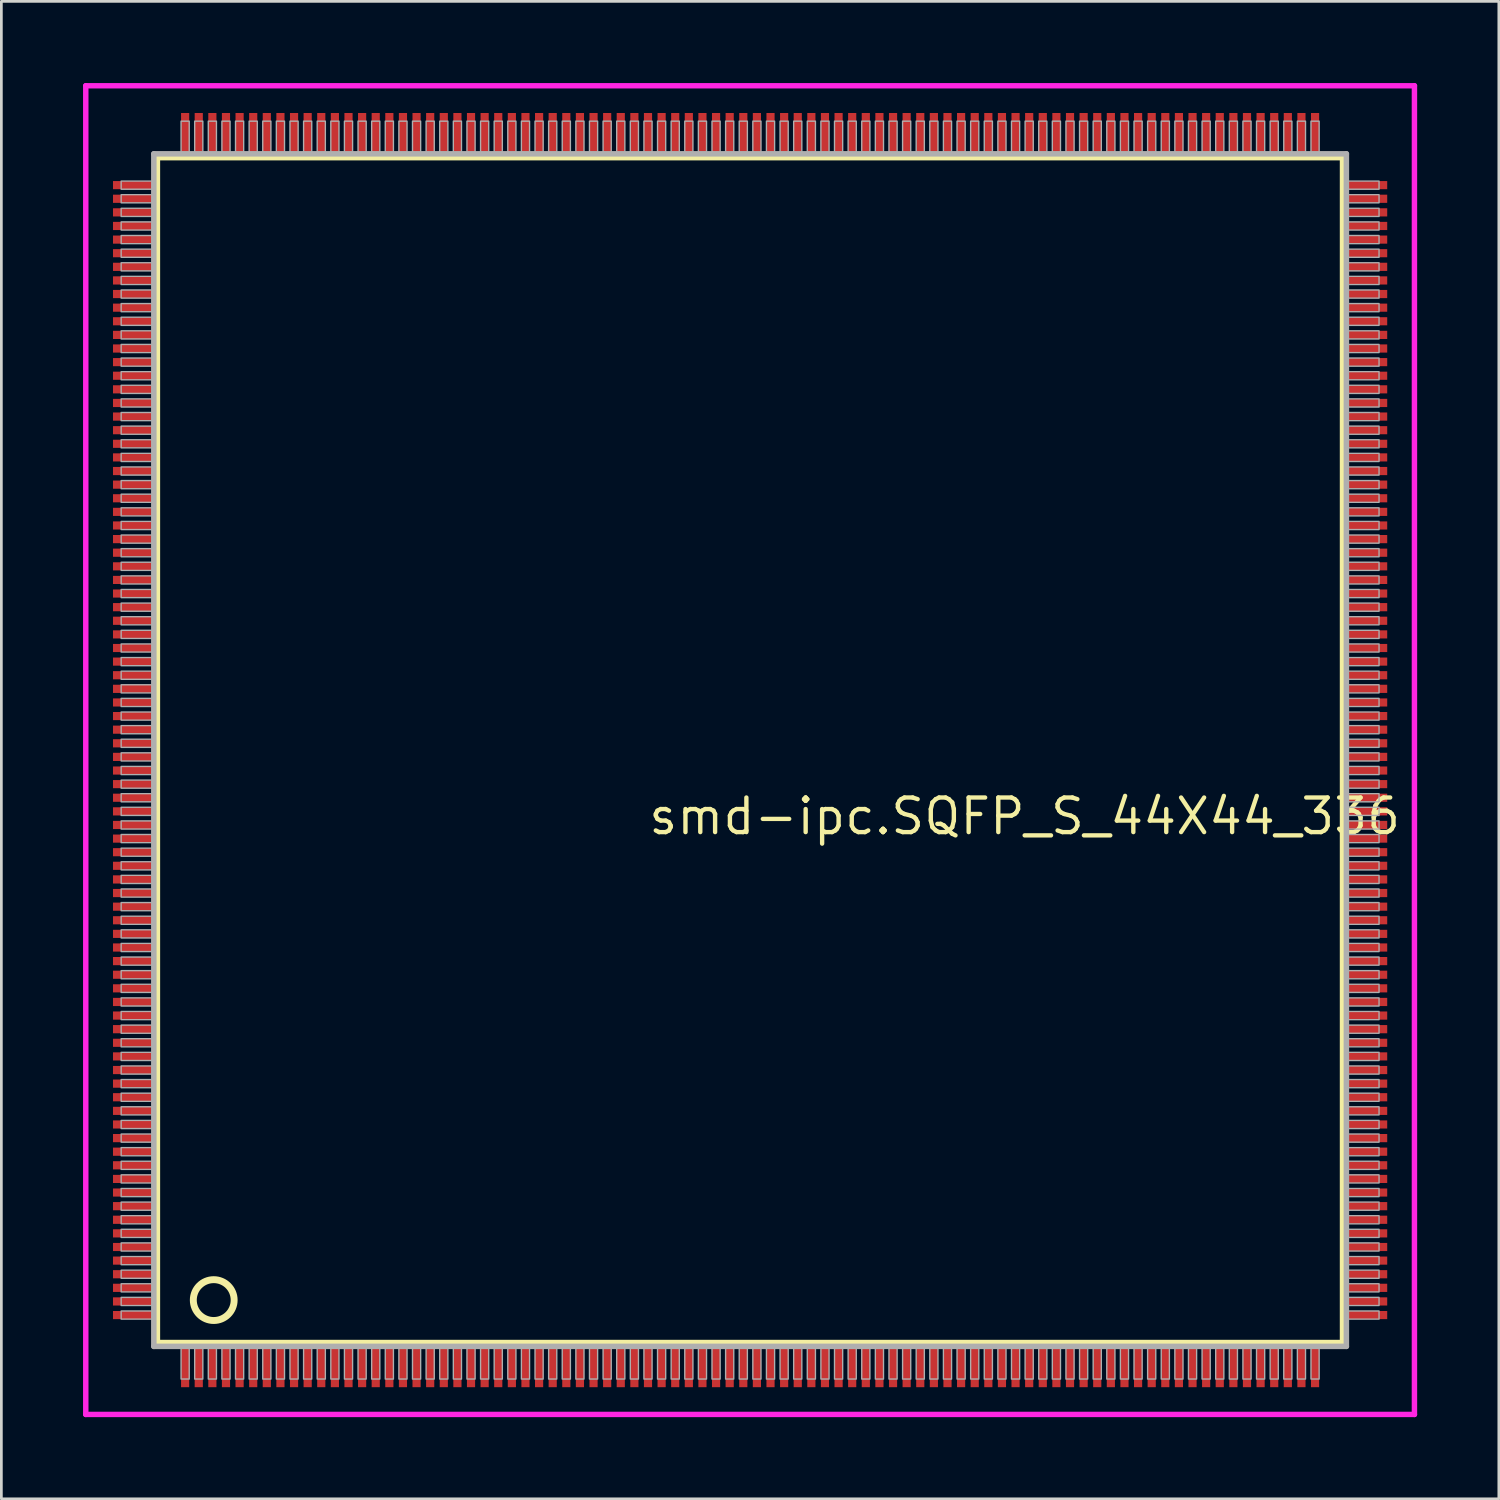
<source format=kicad_pcb>
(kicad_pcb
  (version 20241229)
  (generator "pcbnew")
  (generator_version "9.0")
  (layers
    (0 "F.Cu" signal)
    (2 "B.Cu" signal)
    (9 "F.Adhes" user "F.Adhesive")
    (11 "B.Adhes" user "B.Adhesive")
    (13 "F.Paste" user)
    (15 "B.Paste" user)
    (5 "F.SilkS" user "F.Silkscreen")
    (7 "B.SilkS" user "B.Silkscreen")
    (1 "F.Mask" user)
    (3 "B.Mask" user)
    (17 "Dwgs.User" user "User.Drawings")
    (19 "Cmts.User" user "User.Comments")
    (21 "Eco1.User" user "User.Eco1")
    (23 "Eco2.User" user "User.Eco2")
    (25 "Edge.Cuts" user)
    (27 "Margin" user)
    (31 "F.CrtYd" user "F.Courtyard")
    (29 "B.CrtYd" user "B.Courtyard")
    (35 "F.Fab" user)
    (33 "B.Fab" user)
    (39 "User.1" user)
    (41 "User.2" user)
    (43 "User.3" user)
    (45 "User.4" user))
  (footprint "smd-ipc.SQFP_S_44X44_336"
    (layer "F.Cu")
    (at 24.5 24.5)
    (property "Reference" "smd-ipc.SQFP_S_44X44_336" (at -3.81 3.175 0) (layer "F.SilkS") (effects (font (size 1.27 1.27) (thickness 0.16)) (justify left bottom)))
    (attr smd)
    (fp_line (start -21.77 -21.76) (end 21.76 -21.76) (stroke (width 0.203) (type default)) (layer "F.SilkS"))
    (fp_line (start -21.77 21.76) (end -21.77 -21.76) (stroke (width 0.203) (type default)) (layer "F.SilkS"))
    (fp_line (start 21.76 21.76) (end -21.77 21.76) (stroke (width 0.203) (type default)) (layer "F.SilkS"))
    (fp_line (start 21.76 -21.76) (end 21.76 21.76) (stroke (width 0.203) (type default)) (layer "F.SilkS"))
    (fp_circle (center -19.7 20.2) (end -18.95 20.2) (stroke (width 0.254) (type default)) (fill no) (layer "F.SilkS"))
    (fp_line (start -24.4 -24.4) (end 24.4 -24.4) (stroke (width 0.2) (type default)) (layer "F.CrtYd"))
    (fp_line (start -24.4 24.4) (end -24.4 -24.4) (stroke (width 0.2) (type default)) (layer "F.CrtYd"))
    (fp_line (start 24.4 -24.4) (end 24.4 24.4) (stroke (width 0.2) (type default)) (layer "F.CrtYd"))
    (fp_line (start 24.4 24.4) (end -24.4 24.4) (stroke (width 0.2) (type default)) (layer "F.CrtYd"))
    (fp_line (start -21.9 21.9) (end 21.9 21.9) (stroke (width 0.203) (type default)) (layer "F.Fab"))
    (fp_line (start -21.9 -21.9) (end -21.9 21.9) (stroke (width 0.203) (type default)) (layer "F.Fab"))
    (fp_line (start 21.9 21.9) (end 21.9 -21.9) (stroke (width 0.203) (type default)) (layer "F.Fab"))
    (fp_line (start 21.9 -21.9) (end -21.9 -21.9) (stroke (width 0.203) (type default)) (layer "F.Fab"))
    (fp_rect (start -23.1 -20.6) (end -21.95 -20.9) (stroke (width 0.05) (type default)) (fill no) (layer "F.Fab"))
    (fp_rect (start -23.1 -20.1) (end -21.95 -20.4) (stroke (width 0.05) (type default)) (fill no) (layer "F.Fab"))
    (fp_rect (start -23.1 -19.6) (end -21.95 -19.9) (stroke (width 0.05) (type default)) (fill no) (layer "F.Fab"))
    (fp_rect (start -23.1 -19.1) (end -21.95 -19.4) (stroke (width 0.05) (type default)) (fill no) (layer "F.Fab"))
    (fp_rect (start -23.1 -18.6) (end -21.95 -18.9) (stroke (width 0.05) (type default)) (fill no) (layer "F.Fab"))
    (fp_rect (start -23.1 -18.1) (end -21.95 -18.4) (stroke (width 0.05) (type default)) (fill no) (layer "F.Fab"))
    (fp_rect (start -23.1 -17.6) (end -21.95 -17.9) (stroke (width 0.05) (type default)) (fill no) (layer "F.Fab"))
    (fp_rect (start -23.1 -17.1) (end -21.95 -17.4) (stroke (width 0.05) (type default)) (fill no) (layer "F.Fab"))
    (fp_rect (start -23.1 -16.6) (end -21.95 -16.9) (stroke (width 0.05) (type default)) (fill no) (layer "F.Fab"))
    (fp_rect (start -23.1 -16.1) (end -21.95 -16.4) (stroke (width 0.05) (type default)) (fill no) (layer "F.Fab"))
    (fp_rect (start -23.1 -15.6) (end -21.95 -15.9) (stroke (width 0.05) (type default)) (fill no) (layer "F.Fab"))
    (fp_rect (start -23.1 -15.1) (end -21.95 -15.4) (stroke (width 0.05) (type default)) (fill no) (layer "F.Fab"))
    (fp_rect (start -23.1 -14.6) (end -21.95 -14.9) (stroke (width 0.05) (type default)) (fill no) (layer "F.Fab"))
    (fp_rect (start -23.1 -14.1) (end -21.95 -14.4) (stroke (width 0.05) (type default)) (fill no) (layer "F.Fab"))
    (fp_rect (start -23.1 -13.6) (end -21.95 -13.9) (stroke (width 0.05) (type default)) (fill no) (layer "F.Fab"))
    (fp_rect (start -23.1 -13.1) (end -21.95 -13.4) (stroke (width 0.05) (type default)) (fill no) (layer "F.Fab"))
    (fp_rect (start -23.1 -12.6) (end -21.95 -12.9) (stroke (width 0.05) (type default)) (fill no) (layer "F.Fab"))
    (fp_rect (start -23.1 -12.1) (end -21.95 -12.4) (stroke (width 0.05) (type default)) (fill no) (layer "F.Fab"))
    (fp_rect (start -23.1 -11.6) (end -21.95 -11.9) (stroke (width 0.05) (type default)) (fill no) (layer "F.Fab"))
    (fp_rect (start -23.1 -11.1) (end -21.95 -11.4) (stroke (width 0.05) (type default)) (fill no) (layer "F.Fab"))
    (fp_rect (start -23.1 -10.6) (end -21.95 -10.9) (stroke (width 0.05) (type default)) (fill no) (layer "F.Fab"))
    (fp_rect (start -23.1 -10.1) (end -21.95 -10.4) (stroke (width 0.05) (type default)) (fill no) (layer "F.Fab"))
    (fp_rect (start -23.1 -9.6) (end -21.95 -9.9) (stroke (width 0.05) (type default)) (fill no) (layer "F.Fab"))
    (fp_rect (start -23.1 -9.1) (end -21.95 -9.4) (stroke (width 0.05) (type default)) (fill no) (layer "F.Fab"))
    (fp_rect (start -23.1 -8.6) (end -21.95 -8.9) (stroke (width 0.05) (type default)) (fill no) (layer "F.Fab"))
    (fp_rect (start -23.1 -8.1) (end -21.95 -8.4) (stroke (width 0.05) (type default)) (fill no) (layer "F.Fab"))
    (fp_rect (start -23.1 -7.6) (end -21.95 -7.9) (stroke (width 0.05) (type default)) (fill no) (layer "F.Fab"))
    (fp_rect (start -23.1 -7.1) (end -21.95 -7.4) (stroke (width 0.05) (type default)) (fill no) (layer "F.Fab"))
    (fp_rect (start -23.1 -6.6) (end -21.95 -6.9) (stroke (width 0.05) (type default)) (fill no) (layer "F.Fab"))
    (fp_rect (start -23.1 -6.1) (end -21.95 -6.4) (stroke (width 0.05) (type default)) (fill no) (layer "F.Fab"))
    (fp_rect (start -23.1 -5.6) (end -21.95 -5.9) (stroke (width 0.05) (type default)) (fill no) (layer "F.Fab"))
    (fp_rect (start -23.1 -5.1) (end -21.95 -5.4) (stroke (width 0.05) (type default)) (fill no) (layer "F.Fab"))
    (fp_rect (start -23.1 -4.6) (end -21.95 -4.9) (stroke (width 0.05) (type default)) (fill no) (layer "F.Fab"))
    (fp_rect (start -23.1 -4.1) (end -21.95 -4.4) (stroke (width 0.05) (type default)) (fill no) (layer "F.Fab"))
    (fp_rect (start -23.1 -3.6) (end -21.95 -3.9) (stroke (width 0.05) (type default)) (fill no) (layer "F.Fab"))
    (fp_rect (start -23.1 -3.1) (end -21.95 -3.4) (stroke (width 0.05) (type default)) (fill no) (layer "F.Fab"))
    (fp_rect (start -23.1 -2.6) (end -21.95 -2.9) (stroke (width 0.05) (type default)) (fill no) (layer "F.Fab"))
    (fp_rect (start -23.1 -2.1) (end -21.95 -2.4) (stroke (width 0.05) (type default)) (fill no) (layer "F.Fab"))
    (fp_rect (start -23.1 -1.6) (end -21.95 -1.9) (stroke (width 0.05) (type default)) (fill no) (layer "F.Fab"))
    (fp_rect (start -23.1 -1.1) (end -21.95 -1.4) (stroke (width 0.05) (type default)) (fill no) (layer "F.Fab"))
    (fp_rect (start -23.1 -0.6) (end -21.95 -0.9) (stroke (width 0.05) (type default)) (fill no) (layer "F.Fab"))
    (fp_rect (start -23.1 -0.1) (end -21.95 -0.4) (stroke (width 0.05) (type default)) (fill no) (layer "F.Fab"))
    (fp_rect (start -23.1 0.4) (end -21.95 0.1) (stroke (width 0.05) (type default)) (fill no) (layer "F.Fab"))
    (fp_rect (start -23.1 0.9) (end -21.95 0.6) (stroke (width 0.05) (type default)) (fill no) (layer "F.Fab"))
    (fp_rect (start -23.1 1.4) (end -21.95 1.1) (stroke (width 0.05) (type default)) (fill no) (layer "F.Fab"))
    (fp_rect (start -23.1 1.9) (end -21.95 1.6) (stroke (width 0.05) (type default)) (fill no) (layer "F.Fab"))
    (fp_rect (start -23.1 2.4) (end -21.95 2.1) (stroke (width 0.05) (type default)) (fill no) (layer "F.Fab"))
    (fp_rect (start -23.1 2.9) (end -21.95 2.6) (stroke (width 0.05) (type default)) (fill no) (layer "F.Fab"))
    (fp_rect (start -23.1 3.4) (end -21.95 3.1) (stroke (width 0.05) (type default)) (fill no) (layer "F.Fab"))
    (fp_rect (start -23.1 3.9) (end -21.95 3.6) (stroke (width 0.05) (type default)) (fill no) (layer "F.Fab"))
    (fp_rect (start -23.1 4.4) (end -21.95 4.1) (stroke (width 0.05) (type default)) (fill no) (layer "F.Fab"))
    (fp_rect (start -23.1 4.9) (end -21.95 4.6) (stroke (width 0.05) (type default)) (fill no) (layer "F.Fab"))
    (fp_rect (start -23.1 5.4) (end -21.95 5.1) (stroke (width 0.05) (type default)) (fill no) (layer "F.Fab"))
    (fp_rect (start -23.1 5.9) (end -21.95 5.6) (stroke (width 0.05) (type default)) (fill no) (layer "F.Fab"))
    (fp_rect (start -23.1 6.4) (end -21.95 6.1) (stroke (width 0.05) (type default)) (fill no) (layer "F.Fab"))
    (fp_rect (start -23.1 6.9) (end -21.95 6.6) (stroke (width 0.05) (type default)) (fill no) (layer "F.Fab"))
    (fp_rect (start -23.1 7.4) (end -21.95 7.1) (stroke (width 0.05) (type default)) (fill no) (layer "F.Fab"))
    (fp_rect (start -23.1 7.9) (end -21.95 7.6) (stroke (width 0.05) (type default)) (fill no) (layer "F.Fab"))
    (fp_rect (start -23.1 8.4) (end -21.95 8.1) (stroke (width 0.05) (type default)) (fill no) (layer "F.Fab"))
    (fp_rect (start -23.1 8.9) (end -21.95 8.6) (stroke (width 0.05) (type default)) (fill no) (layer "F.Fab"))
    (fp_rect (start -23.1 9.4) (end -21.95 9.1) (stroke (width 0.05) (type default)) (fill no) (layer "F.Fab"))
    (fp_rect (start -23.1 9.9) (end -21.95 9.6) (stroke (width 0.05) (type default)) (fill no) (layer "F.Fab"))
    (fp_rect (start -23.1 10.4) (end -21.95 10.1) (stroke (width 0.05) (type default)) (fill no) (layer "F.Fab"))
    (fp_rect (start -23.1 10.9) (end -21.95 10.6) (stroke (width 0.05) (type default)) (fill no) (layer "F.Fab"))
    (fp_rect (start -23.1 11.4) (end -21.95 11.1) (stroke (width 0.05) (type default)) (fill no) (layer "F.Fab"))
    (fp_rect (start -23.1 11.9) (end -21.95 11.6) (stroke (width 0.05) (type default)) (fill no) (layer "F.Fab"))
    (fp_rect (start -23.1 12.4) (end -21.95 12.1) (stroke (width 0.05) (type default)) (fill no) (layer "F.Fab"))
    (fp_rect (start -23.1 12.9) (end -21.95 12.6) (stroke (width 0.05) (type default)) (fill no) (layer "F.Fab"))
    (fp_rect (start -23.1 13.4) (end -21.95 13.1) (stroke (width 0.05) (type default)) (fill no) (layer "F.Fab"))
    (fp_rect (start -23.1 13.9) (end -21.95 13.6) (stroke (width 0.05) (type default)) (fill no) (layer "F.Fab"))
    (fp_rect (start -23.1 14.4) (end -21.95 14.1) (stroke (width 0.05) (type default)) (fill no) (layer "F.Fab"))
    (fp_rect (start -23.1 14.9) (end -21.95 14.6) (stroke (width 0.05) (type default)) (fill no) (layer "F.Fab"))
    (fp_rect (start -23.1 15.4) (end -21.95 15.1) (stroke (width 0.05) (type default)) (fill no) (layer "F.Fab"))
    (fp_rect (start -23.1 15.9) (end -21.95 15.6) (stroke (width 0.05) (type default)) (fill no) (layer "F.Fab"))
    (fp_rect (start -23.1 16.4) (end -21.95 16.1) (stroke (width 0.05) (type default)) (fill no) (layer "F.Fab"))
    (fp_rect (start -23.1 16.9) (end -21.95 16.6) (stroke (width 0.05) (type default)) (fill no) (layer "F.Fab"))
    (fp_rect (start -23.1 17.4) (end -21.95 17.1) (stroke (width 0.05) (type default)) (fill no) (layer "F.Fab"))
    (fp_rect (start -23.1 17.9) (end -21.95 17.6) (stroke (width 0.05) (type default)) (fill no) (layer "F.Fab"))
    (fp_rect (start -23.1 18.4) (end -21.95 18.1) (stroke (width 0.05) (type default)) (fill no) (layer "F.Fab"))
    (fp_rect (start -23.1 18.9) (end -21.95 18.6) (stroke (width 0.05) (type default)) (fill no) (layer "F.Fab"))
    (fp_rect (start -23.1 19.4) (end -21.95 19.1) (stroke (width 0.05) (type default)) (fill no) (layer "F.Fab"))
    (fp_rect (start -23.1 19.9) (end -21.95 19.6) (stroke (width 0.05) (type default)) (fill no) (layer "F.Fab"))
    (fp_rect (start -23.1 20.4) (end -21.95 20.1) (stroke (width 0.05) (type default)) (fill no) (layer "F.Fab"))
    (fp_rect (start -23.1 20.9) (end -21.95 20.6) (stroke (width 0.05) (type default)) (fill no) (layer "F.Fab"))
    (fp_rect (start -20.9 -21.95) (end -20.6 -23.1) (stroke (width 0.05) (type default)) (fill no) (layer "F.Fab"))
    (fp_rect (start -20.9 23.1) (end -20.6 21.95) (stroke (width 0.05) (type default)) (fill no) (layer "F.Fab"))
    (fp_rect (start -20.4 -21.95) (end -20.1 -23.1) (stroke (width 0.05) (type default)) (fill no) (layer "F.Fab"))
    (fp_rect (start -20.4 23.1) (end -20.1 21.95) (stroke (width 0.05) (type default)) (fill no) (layer "F.Fab"))
    (fp_rect (start -19.9 -21.95) (end -19.6 -23.1) (stroke (width 0.05) (type default)) (fill no) (layer "F.Fab"))
    (fp_rect (start -19.9 23.1) (end -19.6 21.95) (stroke (width 0.05) (type default)) (fill no) (layer "F.Fab"))
    (fp_rect (start -19.4 -21.95) (end -19.1 -23.1) (stroke (width 0.05) (type default)) (fill no) (layer "F.Fab"))
    (fp_rect (start -19.4 23.1) (end -19.1 21.95) (stroke (width 0.05) (type default)) (fill no) (layer "F.Fab"))
    (fp_rect (start -18.9 -21.95) (end -18.6 -23.1) (stroke (width 0.05) (type default)) (fill no) (layer "F.Fab"))
    (fp_rect (start -18.9 23.1) (end -18.6 21.95) (stroke (width 0.05) (type default)) (fill no) (layer "F.Fab"))
    (fp_rect (start -18.4 -21.95) (end -18.1 -23.1) (stroke (width 0.05) (type default)) (fill no) (layer "F.Fab"))
    (fp_rect (start -18.4 23.1) (end -18.1 21.95) (stroke (width 0.05) (type default)) (fill no) (layer "F.Fab"))
    (fp_rect (start -17.9 -21.95) (end -17.6 -23.1) (stroke (width 0.05) (type default)) (fill no) (layer "F.Fab"))
    (fp_rect (start -17.9 23.1) (end -17.6 21.95) (stroke (width 0.05) (type default)) (fill no) (layer "F.Fab"))
    (fp_rect (start -17.4 -21.95) (end -17.1 -23.1) (stroke (width 0.05) (type default)) (fill no) (layer "F.Fab"))
    (fp_rect (start -17.4 23.1) (end -17.1 21.95) (stroke (width 0.05) (type default)) (fill no) (layer "F.Fab"))
    (fp_rect (start -16.9 -21.95) (end -16.6 -23.1) (stroke (width 0.05) (type default)) (fill no) (layer "F.Fab"))
    (fp_rect (start -16.9 23.1) (end -16.6 21.95) (stroke (width 0.05) (type default)) (fill no) (layer "F.Fab"))
    (fp_rect (start -16.4 -21.95) (end -16.1 -23.1) (stroke (width 0.05) (type default)) (fill no) (layer "F.Fab"))
    (fp_rect (start -16.4 23.1) (end -16.1 21.95) (stroke (width 0.05) (type default)) (fill no) (layer "F.Fab"))
    (fp_rect (start -15.9 -21.95) (end -15.6 -23.1) (stroke (width 0.05) (type default)) (fill no) (layer "F.Fab"))
    (fp_rect (start -15.9 23.1) (end -15.6 21.95) (stroke (width 0.05) (type default)) (fill no) (layer "F.Fab"))
    (fp_rect (start -15.4 -21.95) (end -15.1 -23.1) (stroke (width 0.05) (type default)) (fill no) (layer "F.Fab"))
    (fp_rect (start -15.4 23.1) (end -15.1 21.95) (stroke (width 0.05) (type default)) (fill no) (layer "F.Fab"))
    (fp_rect (start -14.9 -21.95) (end -14.6 -23.1) (stroke (width 0.05) (type default)) (fill no) (layer "F.Fab"))
    (fp_rect (start -14.9 23.1) (end -14.6 21.95) (stroke (width 0.05) (type default)) (fill no) (layer "F.Fab"))
    (fp_rect (start -14.4 -21.95) (end -14.1 -23.1) (stroke (width 0.05) (type default)) (fill no) (layer "F.Fab"))
    (fp_rect (start -14.4 23.1) (end -14.1 21.95) (stroke (width 0.05) (type default)) (fill no) (layer "F.Fab"))
    (fp_rect (start -13.9 -21.95) (end -13.6 -23.1) (stroke (width 0.05) (type default)) (fill no) (layer "F.Fab"))
    (fp_rect (start -13.9 23.1) (end -13.6 21.95) (stroke (width 0.05) (type default)) (fill no) (layer "F.Fab"))
    (fp_rect (start -13.4 -21.95) (end -13.1 -23.1) (stroke (width 0.05) (type default)) (fill no) (layer "F.Fab"))
    (fp_rect (start -13.4 23.1) (end -13.1 21.95) (stroke (width 0.05) (type default)) (fill no) (layer "F.Fab"))
    (fp_rect (start -12.9 -21.95) (end -12.6 -23.1) (stroke (width 0.05) (type default)) (fill no) (layer "F.Fab"))
    (fp_rect (start -12.9 23.1) (end -12.6 21.95) (stroke (width 0.05) (type default)) (fill no) (layer "F.Fab"))
    (fp_rect (start -12.4 -21.95) (end -12.1 -23.1) (stroke (width 0.05) (type default)) (fill no) (layer "F.Fab"))
    (fp_rect (start -12.4 23.1) (end -12.1 21.95) (stroke (width 0.05) (type default)) (fill no) (layer "F.Fab"))
    (fp_rect (start -11.9 -21.95) (end -11.6 -23.1) (stroke (width 0.05) (type default)) (fill no) (layer "F.Fab"))
    (fp_rect (start -11.9 23.1) (end -11.6 21.95) (stroke (width 0.05) (type default)) (fill no) (layer "F.Fab"))
    (fp_rect (start -11.4 -21.95) (end -11.1 -23.1) (stroke (width 0.05) (type default)) (fill no) (layer "F.Fab"))
    (fp_rect (start -11.4 23.1) (end -11.1 21.95) (stroke (width 0.05) (type default)) (fill no) (layer "F.Fab"))
    (fp_rect (start -10.9 -21.95) (end -10.6 -23.1) (stroke (width 0.05) (type default)) (fill no) (layer "F.Fab"))
    (fp_rect (start -10.9 23.1) (end -10.6 21.95) (stroke (width 0.05) (type default)) (fill no) (layer "F.Fab"))
    (fp_rect (start -10.4 -21.95) (end -10.1 -23.1) (stroke (width 0.05) (type default)) (fill no) (layer "F.Fab"))
    (fp_rect (start -10.4 23.1) (end -10.1 21.95) (stroke (width 0.05) (type default)) (fill no) (layer "F.Fab"))
    (fp_rect (start -9.9 -21.95) (end -9.6 -23.1) (stroke (width 0.05) (type default)) (fill no) (layer "F.Fab"))
    (fp_rect (start -9.9 23.1) (end -9.6 21.95) (stroke (width 0.05) (type default)) (fill no) (layer "F.Fab"))
    (fp_rect (start -9.4 -21.95) (end -9.1 -23.1) (stroke (width 0.05) (type default)) (fill no) (layer "F.Fab"))
    (fp_rect (start -9.4 23.1) (end -9.1 21.95) (stroke (width 0.05) (type default)) (fill no) (layer "F.Fab"))
    (fp_rect (start -8.9 -21.95) (end -8.6 -23.1) (stroke (width 0.05) (type default)) (fill no) (layer "F.Fab"))
    (fp_rect (start -8.9 23.1) (end -8.6 21.95) (stroke (width 0.05) (type default)) (fill no) (layer "F.Fab"))
    (fp_rect (start -8.4 -21.95) (end -8.1 -23.1) (stroke (width 0.05) (type default)) (fill no) (layer "F.Fab"))
    (fp_rect (start -8.4 23.1) (end -8.1 21.95) (stroke (width 0.05) (type default)) (fill no) (layer "F.Fab"))
    (fp_rect (start -7.9 -21.95) (end -7.6 -23.1) (stroke (width 0.05) (type default)) (fill no) (layer "F.Fab"))
    (fp_rect (start -7.9 23.1) (end -7.6 21.95) (stroke (width 0.05) (type default)) (fill no) (layer "F.Fab"))
    (fp_rect (start -7.4 -21.95) (end -7.1 -23.1) (stroke (width 0.05) (type default)) (fill no) (layer "F.Fab"))
    (fp_rect (start -7.4 23.1) (end -7.1 21.95) (stroke (width 0.05) (type default)) (fill no) (layer "F.Fab"))
    (fp_rect (start -6.9 -21.95) (end -6.6 -23.1) (stroke (width 0.05) (type default)) (fill no) (layer "F.Fab"))
    (fp_rect (start -6.9 23.1) (end -6.6 21.95) (stroke (width 0.05) (type default)) (fill no) (layer "F.Fab"))
    (fp_rect (start -6.4 -21.95) (end -6.1 -23.1) (stroke (width 0.05) (type default)) (fill no) (layer "F.Fab"))
    (fp_rect (start -6.4 23.1) (end -6.1 21.95) (stroke (width 0.05) (type default)) (fill no) (layer "F.Fab"))
    (fp_rect (start -5.9 -21.95) (end -5.6 -23.1) (stroke (width 0.05) (type default)) (fill no) (layer "F.Fab"))
    (fp_rect (start -5.9 23.1) (end -5.6 21.95) (stroke (width 0.05) (type default)) (fill no) (layer "F.Fab"))
    (fp_rect (start -5.4 -21.95) (end -5.1 -23.1) (stroke (width 0.05) (type default)) (fill no) (layer "F.Fab"))
    (fp_rect (start -5.4 23.1) (end -5.1 21.95) (stroke (width 0.05) (type default)) (fill no) (layer "F.Fab"))
    (fp_rect (start -4.9 -21.95) (end -4.6 -23.1) (stroke (width 0.05) (type default)) (fill no) (layer "F.Fab"))
    (fp_rect (start -4.9 23.1) (end -4.6 21.95) (stroke (width 0.05) (type default)) (fill no) (layer "F.Fab"))
    (fp_rect (start -4.4 -21.95) (end -4.1 -23.1) (stroke (width 0.05) (type default)) (fill no) (layer "F.Fab"))
    (fp_rect (start -4.4 23.1) (end -4.1 21.95) (stroke (width 0.05) (type default)) (fill no) (layer "F.Fab"))
    (fp_rect (start -3.9 -21.95) (end -3.6 -23.1) (stroke (width 0.05) (type default)) (fill no) (layer "F.Fab"))
    (fp_rect (start -3.9 23.1) (end -3.6 21.95) (stroke (width 0.05) (type default)) (fill no) (layer "F.Fab"))
    (fp_rect (start -3.4 -21.95) (end -3.1 -23.1) (stroke (width 0.05) (type default)) (fill no) (layer "F.Fab"))
    (fp_rect (start -3.4 23.1) (end -3.1 21.95) (stroke (width 0.05) (type default)) (fill no) (layer "F.Fab"))
    (fp_rect (start -2.9 -21.95) (end -2.6 -23.1) (stroke (width 0.05) (type default)) (fill no) (layer "F.Fab"))
    (fp_rect (start -2.9 23.1) (end -2.6 21.95) (stroke (width 0.05) (type default)) (fill no) (layer "F.Fab"))
    (fp_rect (start -2.4 -21.95) (end -2.1 -23.1) (stroke (width 0.05) (type default)) (fill no) (layer "F.Fab"))
    (fp_rect (start -2.4 23.1) (end -2.1 21.95) (stroke (width 0.05) (type default)) (fill no) (layer "F.Fab"))
    (fp_rect (start -1.9 -21.95) (end -1.6 -23.1) (stroke (width 0.05) (type default)) (fill no) (layer "F.Fab"))
    (fp_rect (start -1.9 23.1) (end -1.6 21.95) (stroke (width 0.05) (type default)) (fill no) (layer "F.Fab"))
    (fp_rect (start -1.4 -21.95) (end -1.1 -23.1) (stroke (width 0.05) (type default)) (fill no) (layer "F.Fab"))
    (fp_rect (start -1.4 23.1) (end -1.1 21.95) (stroke (width 0.05) (type default)) (fill no) (layer "F.Fab"))
    (fp_rect (start -0.9 -21.95) (end -0.6 -23.1) (stroke (width 0.05) (type default)) (fill no) (layer "F.Fab"))
    (fp_rect (start -0.9 23.1) (end -0.6 21.95) (stroke (width 0.05) (type default)) (fill no) (layer "F.Fab"))
    (fp_rect (start -0.4 -21.95) (end -0.1 -23.1) (stroke (width 0.05) (type default)) (fill no) (layer "F.Fab"))
    (fp_rect (start -0.4 23.1) (end -0.1 21.95) (stroke (width 0.05) (type default)) (fill no) (layer "F.Fab"))
    (fp_rect (start 0.1 -21.95) (end 0.4 -23.1) (stroke (width 0.05) (type default)) (fill no) (layer "F.Fab"))
    (fp_rect (start 0.1 23.1) (end 0.4 21.95) (stroke (width 0.05) (type default)) (fill no) (layer "F.Fab"))
    (fp_rect (start 0.6 -21.95) (end 0.9 -23.1) (stroke (width 0.05) (type default)) (fill no) (layer "F.Fab"))
    (fp_rect (start 0.6 23.1) (end 0.9 21.95) (stroke (width 0.05) (type default)) (fill no) (layer "F.Fab"))
    (fp_rect (start 1.1 -21.95) (end 1.4 -23.1) (stroke (width 0.05) (type default)) (fill no) (layer "F.Fab"))
    (fp_rect (start 1.1 23.1) (end 1.4 21.95) (stroke (width 0.05) (type default)) (fill no) (layer "F.Fab"))
    (fp_rect (start 1.6 -21.95) (end 1.9 -23.1) (stroke (width 0.05) (type default)) (fill no) (layer "F.Fab"))
    (fp_rect (start 1.6 23.1) (end 1.9 21.95) (stroke (width 0.05) (type default)) (fill no) (layer "F.Fab"))
    (fp_rect (start 2.1 -21.95) (end 2.4 -23.1) (stroke (width 0.05) (type default)) (fill no) (layer "F.Fab"))
    (fp_rect (start 2.1 23.1) (end 2.4 21.95) (stroke (width 0.05) (type default)) (fill no) (layer "F.Fab"))
    (fp_rect (start 2.6 -21.95) (end 2.9 -23.1) (stroke (width 0.05) (type default)) (fill no) (layer "F.Fab"))
    (fp_rect (start 2.6 23.1) (end 2.9 21.95) (stroke (width 0.05) (type default)) (fill no) (layer "F.Fab"))
    (fp_rect (start 3.1 -21.95) (end 3.4 -23.1) (stroke (width 0.05) (type default)) (fill no) (layer "F.Fab"))
    (fp_rect (start 3.1 23.1) (end 3.4 21.95) (stroke (width 0.05) (type default)) (fill no) (layer "F.Fab"))
    (fp_rect (start 3.6 -21.95) (end 3.9 -23.1) (stroke (width 0.05) (type default)) (fill no) (layer "F.Fab"))
    (fp_rect (start 3.6 23.1) (end 3.9 21.95) (stroke (width 0.05) (type default)) (fill no) (layer "F.Fab"))
    (fp_rect (start 4.1 -21.95) (end 4.4 -23.1) (stroke (width 0.05) (type default)) (fill no) (layer "F.Fab"))
    (fp_rect (start 4.1 23.1) (end 4.4 21.95) (stroke (width 0.05) (type default)) (fill no) (layer "F.Fab"))
    (fp_rect (start 4.6 -21.95) (end 4.9 -23.1) (stroke (width 0.05) (type default)) (fill no) (layer "F.Fab"))
    (fp_rect (start 4.6 23.1) (end 4.9 21.95) (stroke (width 0.05) (type default)) (fill no) (layer "F.Fab"))
    (fp_rect (start 5.1 -21.95) (end 5.4 -23.1) (stroke (width 0.05) (type default)) (fill no) (layer "F.Fab"))
    (fp_rect (start 5.1 23.1) (end 5.4 21.95) (stroke (width 0.05) (type default)) (fill no) (layer "F.Fab"))
    (fp_rect (start 5.6 -21.95) (end 5.9 -23.1) (stroke (width 0.05) (type default)) (fill no) (layer "F.Fab"))
    (fp_rect (start 5.6 23.1) (end 5.9 21.95) (stroke (width 0.05) (type default)) (fill no) (layer "F.Fab"))
    (fp_rect (start 6.1 -21.95) (end 6.4 -23.1) (stroke (width 0.05) (type default)) (fill no) (layer "F.Fab"))
    (fp_rect (start 6.1 23.1) (end 6.4 21.95) (stroke (width 0.05) (type default)) (fill no) (layer "F.Fab"))
    (fp_rect (start 6.6 -21.95) (end 6.9 -23.1) (stroke (width 0.05) (type default)) (fill no) (layer "F.Fab"))
    (fp_rect (start 6.6 23.1) (end 6.9 21.95) (stroke (width 0.05) (type default)) (fill no) (layer "F.Fab"))
    (fp_rect (start 7.1 -21.95) (end 7.4 -23.1) (stroke (width 0.05) (type default)) (fill no) (layer "F.Fab"))
    (fp_rect (start 7.1 23.1) (end 7.4 21.95) (stroke (width 0.05) (type default)) (fill no) (layer "F.Fab"))
    (fp_rect (start 7.6 -21.95) (end 7.9 -23.1) (stroke (width 0.05) (type default)) (fill no) (layer "F.Fab"))
    (fp_rect (start 7.6 23.1) (end 7.9 21.95) (stroke (width 0.05) (type default)) (fill no) (layer "F.Fab"))
    (fp_rect (start 8.1 -21.95) (end 8.4 -23.1) (stroke (width 0.05) (type default)) (fill no) (layer "F.Fab"))
    (fp_rect (start 8.1 23.1) (end 8.4 21.95) (stroke (width 0.05) (type default)) (fill no) (layer "F.Fab"))
    (fp_rect (start 8.6 -21.95) (end 8.9 -23.1) (stroke (width 0.05) (type default)) (fill no) (layer "F.Fab"))
    (fp_rect (start 8.6 23.1) (end 8.9 21.95) (stroke (width 0.05) (type default)) (fill no) (layer "F.Fab"))
    (fp_rect (start 9.1 -21.95) (end 9.4 -23.1) (stroke (width 0.05) (type default)) (fill no) (layer "F.Fab"))
    (fp_rect (start 9.1 23.1) (end 9.4 21.95) (stroke (width 0.05) (type default)) (fill no) (layer "F.Fab"))
    (fp_rect (start 9.6 -21.95) (end 9.9 -23.1) (stroke (width 0.05) (type default)) (fill no) (layer "F.Fab"))
    (fp_rect (start 9.6 23.1) (end 9.9 21.95) (stroke (width 0.05) (type default)) (fill no) (layer "F.Fab"))
    (fp_rect (start 10.1 -21.95) (end 10.4 -23.1) (stroke (width 0.05) (type default)) (fill no) (layer "F.Fab"))
    (fp_rect (start 10.1 23.1) (end 10.4 21.95) (stroke (width 0.05) (type default)) (fill no) (layer "F.Fab"))
    (fp_rect (start 10.6 -21.95) (end 10.9 -23.1) (stroke (width 0.05) (type default)) (fill no) (layer "F.Fab"))
    (fp_rect (start 10.6 23.1) (end 10.9 21.95) (stroke (width 0.05) (type default)) (fill no) (layer "F.Fab"))
    (fp_rect (start 11.1 -21.95) (end 11.4 -23.1) (stroke (width 0.05) (type default)) (fill no) (layer "F.Fab"))
    (fp_rect (start 11.1 23.1) (end 11.4 21.95) (stroke (width 0.05) (type default)) (fill no) (layer "F.Fab"))
    (fp_rect (start 11.6 -21.95) (end 11.9 -23.1) (stroke (width 0.05) (type default)) (fill no) (layer "F.Fab"))
    (fp_rect (start 11.6 23.1) (end 11.9 21.95) (stroke (width 0.05) (type default)) (fill no) (layer "F.Fab"))
    (fp_rect (start 12.1 -21.95) (end 12.4 -23.1) (stroke (width 0.05) (type default)) (fill no) (layer "F.Fab"))
    (fp_rect (start 12.1 23.1) (end 12.4 21.95) (stroke (width 0.05) (type default)) (fill no) (layer "F.Fab"))
    (fp_rect (start 12.6 -21.95) (end 12.9 -23.1) (stroke (width 0.05) (type default)) (fill no) (layer "F.Fab"))
    (fp_rect (start 12.6 23.1) (end 12.9 21.95) (stroke (width 0.05) (type default)) (fill no) (layer "F.Fab"))
    (fp_rect (start 13.1 -21.95) (end 13.4 -23.1) (stroke (width 0.05) (type default)) (fill no) (layer "F.Fab"))
    (fp_rect (start 13.1 23.1) (end 13.4 21.95) (stroke (width 0.05) (type default)) (fill no) (layer "F.Fab"))
    (fp_rect (start 13.6 -21.95) (end 13.9 -23.1) (stroke (width 0.05) (type default)) (fill no) (layer "F.Fab"))
    (fp_rect (start 13.6 23.1) (end 13.9 21.95) (stroke (width 0.05) (type default)) (fill no) (layer "F.Fab"))
    (fp_rect (start 14.1 -21.95) (end 14.4 -23.1) (stroke (width 0.05) (type default)) (fill no) (layer "F.Fab"))
    (fp_rect (start 14.1 23.1) (end 14.4 21.95) (stroke (width 0.05) (type default)) (fill no) (layer "F.Fab"))
    (fp_rect (start 14.6 -21.95) (end 14.9 -23.1) (stroke (width 0.05) (type default)) (fill no) (layer "F.Fab"))
    (fp_rect (start 14.6 23.1) (end 14.9 21.95) (stroke (width 0.05) (type default)) (fill no) (layer "F.Fab"))
    (fp_rect (start 15.1 -21.95) (end 15.4 -23.1) (stroke (width 0.05) (type default)) (fill no) (layer "F.Fab"))
    (fp_rect (start 15.1 23.1) (end 15.4 21.95) (stroke (width 0.05) (type default)) (fill no) (layer "F.Fab"))
    (fp_rect (start 15.6 -21.95) (end 15.9 -23.1) (stroke (width 0.05) (type default)) (fill no) (layer "F.Fab"))
    (fp_rect (start 15.6 23.1) (end 15.9 21.95) (stroke (width 0.05) (type default)) (fill no) (layer "F.Fab"))
    (fp_rect (start 16.1 -21.95) (end 16.4 -23.1) (stroke (width 0.05) (type default)) (fill no) (layer "F.Fab"))
    (fp_rect (start 16.1 23.1) (end 16.4 21.95) (stroke (width 0.05) (type default)) (fill no) (layer "F.Fab"))
    (fp_rect (start 16.6 -21.95) (end 16.9 -23.1) (stroke (width 0.05) (type default)) (fill no) (layer "F.Fab"))
    (fp_rect (start 16.6 23.1) (end 16.9 21.95) (stroke (width 0.05) (type default)) (fill no) (layer "F.Fab"))
    (fp_rect (start 17.1 -21.95) (end 17.4 -23.1) (stroke (width 0.05) (type default)) (fill no) (layer "F.Fab"))
    (fp_rect (start 17.1 23.1) (end 17.4 21.95) (stroke (width 0.05) (type default)) (fill no) (layer "F.Fab"))
    (fp_rect (start 17.6 -21.95) (end 17.9 -23.1) (stroke (width 0.05) (type default)) (fill no) (layer "F.Fab"))
    (fp_rect (start 17.6 23.1) (end 17.9 21.95) (stroke (width 0.05) (type default)) (fill no) (layer "F.Fab"))
    (fp_rect (start 18.1 -21.95) (end 18.4 -23.1) (stroke (width 0.05) (type default)) (fill no) (layer "F.Fab"))
    (fp_rect (start 18.1 23.1) (end 18.4 21.95) (stroke (width 0.05) (type default)) (fill no) (layer "F.Fab"))
    (fp_rect (start 18.6 -21.95) (end 18.9 -23.1) (stroke (width 0.05) (type default)) (fill no) (layer "F.Fab"))
    (fp_rect (start 18.6 23.1) (end 18.9 21.95) (stroke (width 0.05) (type default)) (fill no) (layer "F.Fab"))
    (fp_rect (start 19.1 -21.95) (end 19.4 -23.1) (stroke (width 0.05) (type default)) (fill no) (layer "F.Fab"))
    (fp_rect (start 19.1 23.1) (end 19.4 21.95) (stroke (width 0.05) (type default)) (fill no) (layer "F.Fab"))
    (fp_rect (start 19.6 -21.95) (end 19.9 -23.1) (stroke (width 0.05) (type default)) (fill no) (layer "F.Fab"))
    (fp_rect (start 19.6 23.1) (end 19.9 21.95) (stroke (width 0.05) (type default)) (fill no) (layer "F.Fab"))
    (fp_rect (start 20.1 -21.95) (end 20.4 -23.1) (stroke (width 0.05) (type default)) (fill no) (layer "F.Fab"))
    (fp_rect (start 20.1 23.1) (end 20.4 21.95) (stroke (width 0.05) (type default)) (fill no) (layer "F.Fab"))
    (fp_rect (start 20.6 -21.95) (end 20.9 -23.1) (stroke (width 0.05) (type default)) (fill no) (layer "F.Fab"))
    (fp_rect (start 20.6 23.1) (end 20.9 21.95) (stroke (width 0.05) (type default)) (fill no) (layer "F.Fab"))
    (fp_rect (start 21.95 -20.6) (end 23.1 -20.9) (stroke (width 0.05) (type default)) (fill no) (layer "F.Fab"))
    (fp_rect (start 21.95 -20.1) (end 23.1 -20.4) (stroke (width 0.05) (type default)) (fill no) (layer "F.Fab"))
    (fp_rect (start 21.95 -19.6) (end 23.1 -19.9) (stroke (width 0.05) (type default)) (fill no) (layer "F.Fab"))
    (fp_rect (start 21.95 -19.1) (end 23.1 -19.4) (stroke (width 0.05) (type default)) (fill no) (layer "F.Fab"))
    (fp_rect (start 21.95 -18.6) (end 23.1 -18.9) (stroke (width 0.05) (type default)) (fill no) (layer "F.Fab"))
    (fp_rect (start 21.95 -18.1) (end 23.1 -18.4) (stroke (width 0.05) (type default)) (fill no) (layer "F.Fab"))
    (fp_rect (start 21.95 -17.6) (end 23.1 -17.9) (stroke (width 0.05) (type default)) (fill no) (layer "F.Fab"))
    (fp_rect (start 21.95 -17.1) (end 23.1 -17.4) (stroke (width 0.05) (type default)) (fill no) (layer "F.Fab"))
    (fp_rect (start 21.95 -16.6) (end 23.1 -16.9) (stroke (width 0.05) (type default)) (fill no) (layer "F.Fab"))
    (fp_rect (start 21.95 -16.1) (end 23.1 -16.4) (stroke (width 0.05) (type default)) (fill no) (layer "F.Fab"))
    (fp_rect (start 21.95 -15.6) (end 23.1 -15.9) (stroke (width 0.05) (type default)) (fill no) (layer "F.Fab"))
    (fp_rect (start 21.95 -15.1) (end 23.1 -15.4) (stroke (width 0.05) (type default)) (fill no) (layer "F.Fab"))
    (fp_rect (start 21.95 -14.6) (end 23.1 -14.9) (stroke (width 0.05) (type default)) (fill no) (layer "F.Fab"))
    (fp_rect (start 21.95 -14.1) (end 23.1 -14.4) (stroke (width 0.05) (type default)) (fill no) (layer "F.Fab"))
    (fp_rect (start 21.95 -13.6) (end 23.1 -13.9) (stroke (width 0.05) (type default)) (fill no) (layer "F.Fab"))
    (fp_rect (start 21.95 -13.1) (end 23.1 -13.4) (stroke (width 0.05) (type default)) (fill no) (layer "F.Fab"))
    (fp_rect (start 21.95 -12.6) (end 23.1 -12.9) (stroke (width 0.05) (type default)) (fill no) (layer "F.Fab"))
    (fp_rect (start 21.95 -12.1) (end 23.1 -12.4) (stroke (width 0.05) (type default)) (fill no) (layer "F.Fab"))
    (fp_rect (start 21.95 -11.6) (end 23.1 -11.9) (stroke (width 0.05) (type default)) (fill no) (layer "F.Fab"))
    (fp_rect (start 21.95 -11.1) (end 23.1 -11.4) (stroke (width 0.05) (type default)) (fill no) (layer "F.Fab"))
    (fp_rect (start 21.95 -10.6) (end 23.1 -10.9) (stroke (width 0.05) (type default)) (fill no) (layer "F.Fab"))
    (fp_rect (start 21.95 -10.1) (end 23.1 -10.4) (stroke (width 0.05) (type default)) (fill no) (layer "F.Fab"))
    (fp_rect (start 21.95 -9.6) (end 23.1 -9.9) (stroke (width 0.05) (type default)) (fill no) (layer "F.Fab"))
    (fp_rect (start 21.95 -9.1) (end 23.1 -9.4) (stroke (width 0.05) (type default)) (fill no) (layer "F.Fab"))
    (fp_rect (start 21.95 -8.6) (end 23.1 -8.9) (stroke (width 0.05) (type default)) (fill no) (layer "F.Fab"))
    (fp_rect (start 21.95 -8.1) (end 23.1 -8.4) (stroke (width 0.05) (type default)) (fill no) (layer "F.Fab"))
    (fp_rect (start 21.95 -7.6) (end 23.1 -7.9) (stroke (width 0.05) (type default)) (fill no) (layer "F.Fab"))
    (fp_rect (start 21.95 -7.1) (end 23.1 -7.4) (stroke (width 0.05) (type default)) (fill no) (layer "F.Fab"))
    (fp_rect (start 21.95 -6.6) (end 23.1 -6.9) (stroke (width 0.05) (type default)) (fill no) (layer "F.Fab"))
    (fp_rect (start 21.95 -6.1) (end 23.1 -6.4) (stroke (width 0.05) (type default)) (fill no) (layer "F.Fab"))
    (fp_rect (start 21.95 -5.6) (end 23.1 -5.9) (stroke (width 0.05) (type default)) (fill no) (layer "F.Fab"))
    (fp_rect (start 21.95 -5.1) (end 23.1 -5.4) (stroke (width 0.05) (type default)) (fill no) (layer "F.Fab"))
    (fp_rect (start 21.95 -4.6) (end 23.1 -4.9) (stroke (width 0.05) (type default)) (fill no) (layer "F.Fab"))
    (fp_rect (start 21.95 -4.1) (end 23.1 -4.4) (stroke (width 0.05) (type default)) (fill no) (layer "F.Fab"))
    (fp_rect (start 21.95 -3.6) (end 23.1 -3.9) (stroke (width 0.05) (type default)) (fill no) (layer "F.Fab"))
    (fp_rect (start 21.95 -3.1) (end 23.1 -3.4) (stroke (width 0.05) (type default)) (fill no) (layer "F.Fab"))
    (fp_rect (start 21.95 -2.6) (end 23.1 -2.9) (stroke (width 0.05) (type default)) (fill no) (layer "F.Fab"))
    (fp_rect (start 21.95 -2.1) (end 23.1 -2.4) (stroke (width 0.05) (type default)) (fill no) (layer "F.Fab"))
    (fp_rect (start 21.95 -1.6) (end 23.1 -1.9) (stroke (width 0.05) (type default)) (fill no) (layer "F.Fab"))
    (fp_rect (start 21.95 -1.1) (end 23.1 -1.4) (stroke (width 0.05) (type default)) (fill no) (layer "F.Fab"))
    (fp_rect (start 21.95 -0.6) (end 23.1 -0.9) (stroke (width 0.05) (type default)) (fill no) (layer "F.Fab"))
    (fp_rect (start 21.95 -0.1) (end 23.1 -0.4) (stroke (width 0.05) (type default)) (fill no) (layer "F.Fab"))
    (fp_rect (start 21.95 0.4) (end 23.1 0.1) (stroke (width 0.05) (type default)) (fill no) (layer "F.Fab"))
    (fp_rect (start 21.95 0.9) (end 23.1 0.6) (stroke (width 0.05) (type default)) (fill no) (layer "F.Fab"))
    (fp_rect (start 21.95 1.4) (end 23.1 1.1) (stroke (width 0.05) (type default)) (fill no) (layer "F.Fab"))
    (fp_rect (start 21.95 1.9) (end 23.1 1.6) (stroke (width 0.05) (type default)) (fill no) (layer "F.Fab"))
    (fp_rect (start 21.95 2.4) (end 23.1 2.1) (stroke (width 0.05) (type default)) (fill no) (layer "F.Fab"))
    (fp_rect (start 21.95 2.9) (end 23.1 2.6) (stroke (width 0.05) (type default)) (fill no) (layer "F.Fab"))
    (fp_rect (start 21.95 3.4) (end 23.1 3.1) (stroke (width 0.05) (type default)) (fill no) (layer "F.Fab"))
    (fp_rect (start 21.95 3.9) (end 23.1 3.6) (stroke (width 0.05) (type default)) (fill no) (layer "F.Fab"))
    (fp_rect (start 21.95 4.4) (end 23.1 4.1) (stroke (width 0.05) (type default)) (fill no) (layer "F.Fab"))
    (fp_rect (start 21.95 4.9) (end 23.1 4.6) (stroke (width 0.05) (type default)) (fill no) (layer "F.Fab"))
    (fp_rect (start 21.95 5.4) (end 23.1 5.1) (stroke (width 0.05) (type default)) (fill no) (layer "F.Fab"))
    (fp_rect (start 21.95 5.9) (end 23.1 5.6) (stroke (width 0.05) (type default)) (fill no) (layer "F.Fab"))
    (fp_rect (start 21.95 6.4) (end 23.1 6.1) (stroke (width 0.05) (type default)) (fill no) (layer "F.Fab"))
    (fp_rect (start 21.95 6.9) (end 23.1 6.6) (stroke (width 0.05) (type default)) (fill no) (layer "F.Fab"))
    (fp_rect (start 21.95 7.4) (end 23.1 7.1) (stroke (width 0.05) (type default)) (fill no) (layer "F.Fab"))
    (fp_rect (start 21.95 7.9) (end 23.1 7.6) (stroke (width 0.05) (type default)) (fill no) (layer "F.Fab"))
    (fp_rect (start 21.95 8.4) (end 23.1 8.1) (stroke (width 0.05) (type default)) (fill no) (layer "F.Fab"))
    (fp_rect (start 21.95 8.9) (end 23.1 8.6) (stroke (width 0.05) (type default)) (fill no) (layer "F.Fab"))
    (fp_rect (start 21.95 9.4) (end 23.1 9.1) (stroke (width 0.05) (type default)) (fill no) (layer "F.Fab"))
    (fp_rect (start 21.95 9.9) (end 23.1 9.6) (stroke (width 0.05) (type default)) (fill no) (layer "F.Fab"))
    (fp_rect (start 21.95 10.4) (end 23.1 10.1) (stroke (width 0.05) (type default)) (fill no) (layer "F.Fab"))
    (fp_rect (start 21.95 10.9) (end 23.1 10.6) (stroke (width 0.05) (type default)) (fill no) (layer "F.Fab"))
    (fp_rect (start 21.95 11.4) (end 23.1 11.1) (stroke (width 0.05) (type default)) (fill no) (layer "F.Fab"))
    (fp_rect (start 21.95 11.9) (end 23.1 11.6) (stroke (width 0.05) (type default)) (fill no) (layer "F.Fab"))
    (fp_rect (start 21.95 12.4) (end 23.1 12.1) (stroke (width 0.05) (type default)) (fill no) (layer "F.Fab"))
    (fp_rect (start 21.95 12.9) (end 23.1 12.6) (stroke (width 0.05) (type default)) (fill no) (layer "F.Fab"))
    (fp_rect (start 21.95 13.4) (end 23.1 13.1) (stroke (width 0.05) (type default)) (fill no) (layer "F.Fab"))
    (fp_rect (start 21.95 13.9) (end 23.1 13.6) (stroke (width 0.05) (type default)) (fill no) (layer "F.Fab"))
    (fp_rect (start 21.95 14.4) (end 23.1 14.1) (stroke (width 0.05) (type default)) (fill no) (layer "F.Fab"))
    (fp_rect (start 21.95 14.9) (end 23.1 14.6) (stroke (width 0.05) (type default)) (fill no) (layer "F.Fab"))
    (fp_rect (start 21.95 15.4) (end 23.1 15.1) (stroke (width 0.05) (type default)) (fill no) (layer "F.Fab"))
    (fp_rect (start 21.95 15.9) (end 23.1 15.6) (stroke (width 0.05) (type default)) (fill no) (layer "F.Fab"))
    (fp_rect (start 21.95 16.4) (end 23.1 16.1) (stroke (width 0.05) (type default)) (fill no) (layer "F.Fab"))
    (fp_rect (start 21.95 16.9) (end 23.1 16.6) (stroke (width 0.05) (type default)) (fill no) (layer "F.Fab"))
    (fp_rect (start 21.95 17.4) (end 23.1 17.1) (stroke (width 0.05) (type default)) (fill no) (layer "F.Fab"))
    (fp_rect (start 21.95 17.9) (end 23.1 17.6) (stroke (width 0.05) (type default)) (fill no) (layer "F.Fab"))
    (fp_rect (start 21.95 18.4) (end 23.1 18.1) (stroke (width 0.05) (type default)) (fill no) (layer "F.Fab"))
    (fp_rect (start 21.95 18.9) (end 23.1 18.6) (stroke (width 0.05) (type default)) (fill no) (layer "F.Fab"))
    (fp_rect (start 21.95 19.4) (end 23.1 19.1) (stroke (width 0.05) (type default)) (fill no) (layer "F.Fab"))
    (fp_rect (start 21.95 19.9) (end 23.1 19.6) (stroke (width 0.05) (type default)) (fill no) (layer "F.Fab"))
    (fp_rect (start 21.95 20.4) (end 23.1 20.1) (stroke (width 0.05) (type default)) (fill no) (layer "F.Fab"))
    (fp_rect (start 21.95 20.9) (end 23.1 20.6) (stroke (width 0.05) (type default)) (fill no) (layer "F.Fab"))
    (pad "1" smd roundrect (at -20.75 22.6) (size 0.3 1.6) (layers "F.Cu" "F.Mask" "F.Paste") (roundrect_rratio 0.01))
    (pad "2" smd roundrect (at -20.25 22.6) (size 0.3 1.6) (layers "F.Cu" "F.Mask" "F.Paste") (roundrect_rratio 0.01))
    (pad "3" smd roundrect (at -19.75 22.6) (size 0.3 1.6) (layers "F.Cu" "F.Mask" "F.Paste") (roundrect_rratio 0.01))
    (pad "4" smd roundrect (at -19.25 22.6) (size 0.3 1.6) (layers "F.Cu" "F.Mask" "F.Paste") (roundrect_rratio 0.01))
    (pad "5" smd roundrect (at -18.75 22.6) (size 0.3 1.6) (layers "F.Cu" "F.Mask" "F.Paste") (roundrect_rratio 0.01))
    (pad "6" smd roundrect (at -18.25 22.6) (size 0.3 1.6) (layers "F.Cu" "F.Mask" "F.Paste") (roundrect_rratio 0.01))
    (pad "7" smd roundrect (at -17.75 22.6) (size 0.3 1.6) (layers "F.Cu" "F.Mask" "F.Paste") (roundrect_rratio 0.01))
    (pad "8" smd roundrect (at -17.25 22.6) (size 0.3 1.6) (layers "F.Cu" "F.Mask" "F.Paste") (roundrect_rratio 0.01))
    (pad "9" smd roundrect (at -16.75 22.6) (size 0.3 1.6) (layers "F.Cu" "F.Mask" "F.Paste") (roundrect_rratio 0.01))
    (pad "10" smd roundrect (at -16.25 22.6) (size 0.3 1.6) (layers "F.Cu" "F.Mask" "F.Paste") (roundrect_rratio 0.01))
    (pad "11" smd roundrect (at -15.75 22.6) (size 0.3 1.6) (layers "F.Cu" "F.Mask" "F.Paste") (roundrect_rratio 0.01))
    (pad "12" smd roundrect (at -15.25 22.6) (size 0.3 1.6) (layers "F.Cu" "F.Mask" "F.Paste") (roundrect_rratio 0.01))
    (pad "13" smd roundrect (at -14.75 22.6) (size 0.3 1.6) (layers "F.Cu" "F.Mask" "F.Paste") (roundrect_rratio 0.01))
    (pad "14" smd roundrect (at -14.25 22.6) (size 0.3 1.6) (layers "F.Cu" "F.Mask" "F.Paste") (roundrect_rratio 0.01))
    (pad "15" smd roundrect (at -13.75 22.6) (size 0.3 1.6) (layers "F.Cu" "F.Mask" "F.Paste") (roundrect_rratio 0.01))
    (pad "16" smd roundrect (at -13.25 22.6) (size 0.3 1.6) (layers "F.Cu" "F.Mask" "F.Paste") (roundrect_rratio 0.01))
    (pad "17" smd roundrect (at -12.75 22.6) (size 0.3 1.6) (layers "F.Cu" "F.Mask" "F.Paste") (roundrect_rratio 0.01))
    (pad "18" smd roundrect (at -12.25 22.6) (size 0.3 1.6) (layers "F.Cu" "F.Mask" "F.Paste") (roundrect_rratio 0.01))
    (pad "19" smd roundrect (at -11.75 22.6) (size 0.3 1.6) (layers "F.Cu" "F.Mask" "F.Paste") (roundrect_rratio 0.01))
    (pad "20" smd roundrect (at -11.25 22.6) (size 0.3 1.6) (layers "F.Cu" "F.Mask" "F.Paste") (roundrect_rratio 0.01))
    (pad "21" smd roundrect (at -10.75 22.6) (size 0.3 1.6) (layers "F.Cu" "F.Mask" "F.Paste") (roundrect_rratio 0.01))
    (pad "22" smd roundrect (at -10.25 22.6) (size 0.3 1.6) (layers "F.Cu" "F.Mask" "F.Paste") (roundrect_rratio 0.01))
    (pad "23" smd roundrect (at -9.75 22.6) (size 0.3 1.6) (layers "F.Cu" "F.Mask" "F.Paste") (roundrect_rratio 0.01))
    (pad "24" smd roundrect (at -9.25 22.6) (size 0.3 1.6) (layers "F.Cu" "F.Mask" "F.Paste") (roundrect_rratio 0.01))
    (pad "25" smd roundrect (at -8.75 22.6) (size 0.3 1.6) (layers "F.Cu" "F.Mask" "F.Paste") (roundrect_rratio 0.01))
    (pad "26" smd roundrect (at -8.25 22.6) (size 0.3 1.6) (layers "F.Cu" "F.Mask" "F.Paste") (roundrect_rratio 0.01))
    (pad "27" smd roundrect (at -7.75 22.6) (size 0.3 1.6) (layers "F.Cu" "F.Mask" "F.Paste") (roundrect_rratio 0.01))
    (pad "28" smd roundrect (at -7.25 22.6) (size 0.3 1.6) (layers "F.Cu" "F.Mask" "F.Paste") (roundrect_rratio 0.01))
    (pad "29" smd roundrect (at -6.75 22.6) (size 0.3 1.6) (layers "F.Cu" "F.Mask" "F.Paste") (roundrect_rratio 0.01))
    (pad "30" smd roundrect (at -6.25 22.6) (size 0.3 1.6) (layers "F.Cu" "F.Mask" "F.Paste") (roundrect_rratio 0.01))
    (pad "31" smd roundrect (at -5.75 22.6) (size 0.3 1.6) (layers "F.Cu" "F.Mask" "F.Paste") (roundrect_rratio 0.01))
    (pad "32" smd roundrect (at -5.25 22.6) (size 0.3 1.6) (layers "F.Cu" "F.Mask" "F.Paste") (roundrect_rratio 0.01))
    (pad "33" smd roundrect (at -4.75 22.6) (size 0.3 1.6) (layers "F.Cu" "F.Mask" "F.Paste") (roundrect_rratio 0.01))
    (pad "34" smd roundrect (at -4.25 22.6) (size 0.3 1.6) (layers "F.Cu" "F.Mask" "F.Paste") (roundrect_rratio 0.01))
    (pad "35" smd roundrect (at -3.75 22.6) (size 0.3 1.6) (layers "F.Cu" "F.Mask" "F.Paste") (roundrect_rratio 0.01))
    (pad "36" smd roundrect (at -3.25 22.6) (size 0.3 1.6) (layers "F.Cu" "F.Mask" "F.Paste") (roundrect_rratio 0.01))
    (pad "37" smd roundrect (at -2.75 22.6) (size 0.3 1.6) (layers "F.Cu" "F.Mask" "F.Paste") (roundrect_rratio 0.01))
    (pad "38" smd roundrect (at -2.25 22.6) (size 0.3 1.6) (layers "F.Cu" "F.Mask" "F.Paste") (roundrect_rratio 0.01))
    (pad "39" smd roundrect (at -1.75 22.6) (size 0.3 1.6) (layers "F.Cu" "F.Mask" "F.Paste") (roundrect_rratio 0.01))
    (pad "40" smd roundrect (at -1.25 22.6) (size 0.3 1.6) (layers "F.Cu" "F.Mask" "F.Paste") (roundrect_rratio 0.01))
    (pad "41" smd roundrect (at -0.75 22.6) (size 0.3 1.6) (layers "F.Cu" "F.Mask" "F.Paste") (roundrect_rratio 0.01))
    (pad "42" smd roundrect (at -0.25 22.6) (size 0.3 1.6) (layers "F.Cu" "F.Mask" "F.Paste") (roundrect_rratio 0.01))
    (pad "43" smd roundrect (at 0.25 22.6) (size 0.3 1.6) (layers "F.Cu" "F.Mask" "F.Paste") (roundrect_rratio 0.01))
    (pad "44" smd roundrect (at 0.75 22.6) (size 0.3 1.6) (layers "F.Cu" "F.Mask" "F.Paste") (roundrect_rratio 0.01))
    (pad "45" smd roundrect (at 1.25 22.6) (size 0.3 1.6) (layers "F.Cu" "F.Mask" "F.Paste") (roundrect_rratio 0.01))
    (pad "46" smd roundrect (at 1.75 22.6) (size 0.3 1.6) (layers "F.Cu" "F.Mask" "F.Paste") (roundrect_rratio 0.01))
    (pad "47" smd roundrect (at 2.25 22.6) (size 0.3 1.6) (layers "F.Cu" "F.Mask" "F.Paste") (roundrect_rratio 0.01))
    (pad "48" smd roundrect (at 2.75 22.6) (size 0.3 1.6) (layers "F.Cu" "F.Mask" "F.Paste") (roundrect_rratio 0.01))
    (pad "49" smd roundrect (at 3.25 22.6) (size 0.3 1.6) (layers "F.Cu" "F.Mask" "F.Paste") (roundrect_rratio 0.01))
    (pad "50" smd roundrect (at 3.75 22.6) (size 0.3 1.6) (layers "F.Cu" "F.Mask" "F.Paste") (roundrect_rratio 0.01))
    (pad "51" smd roundrect (at 4.25 22.6) (size 0.3 1.6) (layers "F.Cu" "F.Mask" "F.Paste") (roundrect_rratio 0.01))
    (pad "52" smd roundrect (at 4.75 22.6) (size 0.3 1.6) (layers "F.Cu" "F.Mask" "F.Paste") (roundrect_rratio 0.01))
    (pad "53" smd roundrect (at 5.25 22.6) (size 0.3 1.6) (layers "F.Cu" "F.Mask" "F.Paste") (roundrect_rratio 0.01))
    (pad "54" smd roundrect (at 5.75 22.6) (size 0.3 1.6) (layers "F.Cu" "F.Mask" "F.Paste") (roundrect_rratio 0.01))
    (pad "55" smd roundrect (at 6.25 22.6) (size 0.3 1.6) (layers "F.Cu" "F.Mask" "F.Paste") (roundrect_rratio 0.01))
    (pad "56" smd roundrect (at 6.75 22.6) (size 0.3 1.6) (layers "F.Cu" "F.Mask" "F.Paste") (roundrect_rratio 0.01))
    (pad "57" smd roundrect (at 7.25 22.6) (size 0.3 1.6) (layers "F.Cu" "F.Mask" "F.Paste") (roundrect_rratio 0.01))
    (pad "58" smd roundrect (at 7.75 22.6) (size 0.3 1.6) (layers "F.Cu" "F.Mask" "F.Paste") (roundrect_rratio 0.01))
    (pad "59" smd roundrect (at 8.25 22.6) (size 0.3 1.6) (layers "F.Cu" "F.Mask" "F.Paste") (roundrect_rratio 0.01))
    (pad "60" smd roundrect (at 8.75 22.6) (size 0.3 1.6) (layers "F.Cu" "F.Mask" "F.Paste") (roundrect_rratio 0.01))
    (pad "61" smd roundrect (at 9.25 22.6) (size 0.3 1.6) (layers "F.Cu" "F.Mask" "F.Paste") (roundrect_rratio 0.01))
    (pad "62" smd roundrect (at 9.75 22.6) (size 0.3 1.6) (layers "F.Cu" "F.Mask" "F.Paste") (roundrect_rratio 0.01))
    (pad "63" smd roundrect (at 10.25 22.6) (size 0.3 1.6) (layers "F.Cu" "F.Mask" "F.Paste") (roundrect_rratio 0.01))
    (pad "64" smd roundrect (at 10.75 22.6) (size 0.3 1.6) (layers "F.Cu" "F.Mask" "F.Paste") (roundrect_rratio 0.01))
    (pad "65" smd roundrect (at 11.25 22.6) (size 0.3 1.6) (layers "F.Cu" "F.Mask" "F.Paste") (roundrect_rratio 0.01))
    (pad "66" smd roundrect (at 11.75 22.6) (size 0.3 1.6) (layers "F.Cu" "F.Mask" "F.Paste") (roundrect_rratio 0.01))
    (pad "67" smd roundrect (at 12.25 22.6) (size 0.3 1.6) (layers "F.Cu" "F.Mask" "F.Paste") (roundrect_rratio 0.01))
    (pad "68" smd roundrect (at 12.75 22.6) (size 0.3 1.6) (layers "F.Cu" "F.Mask" "F.Paste") (roundrect_rratio 0.01))
    (pad "69" smd roundrect (at 13.25 22.6) (size 0.3 1.6) (layers "F.Cu" "F.Mask" "F.Paste") (roundrect_rratio 0.01))
    (pad "70" smd roundrect (at 13.75 22.6) (size 0.3 1.6) (layers "F.Cu" "F.Mask" "F.Paste") (roundrect_rratio 0.01))
    (pad "71" smd roundrect (at 14.25 22.6) (size 0.3 1.6) (layers "F.Cu" "F.Mask" "F.Paste") (roundrect_rratio 0.01))
    (pad "72" smd roundrect (at 14.75 22.6) (size 0.3 1.6) (layers "F.Cu" "F.Mask" "F.Paste") (roundrect_rratio 0.01))
    (pad "73" smd roundrect (at 15.25 22.6) (size 0.3 1.6) (layers "F.Cu" "F.Mask" "F.Paste") (roundrect_rratio 0.01))
    (pad "74" smd roundrect (at 15.75 22.6) (size 0.3 1.6) (layers "F.Cu" "F.Mask" "F.Paste") (roundrect_rratio 0.01))
    (pad "75" smd roundrect (at 16.25 22.6) (size 0.3 1.6) (layers "F.Cu" "F.Mask" "F.Paste") (roundrect_rratio 0.01))
    (pad "76" smd roundrect (at 16.75 22.6) (size 0.3 1.6) (layers "F.Cu" "F.Mask" "F.Paste") (roundrect_rratio 0.01))
    (pad "77" smd roundrect (at 17.25 22.6) (size 0.3 1.6) (layers "F.Cu" "F.Mask" "F.Paste") (roundrect_rratio 0.01))
    (pad "78" smd roundrect (at 17.75 22.6) (size 0.3 1.6) (layers "F.Cu" "F.Mask" "F.Paste") (roundrect_rratio 0.01))
    (pad "79" smd roundrect (at 18.25 22.6) (size 0.3 1.6) (layers "F.Cu" "F.Mask" "F.Paste") (roundrect_rratio 0.01))
    (pad "80" smd roundrect (at 18.75 22.6) (size 0.3 1.6) (layers "F.Cu" "F.Mask" "F.Paste") (roundrect_rratio 0.01))
    (pad "81" smd roundrect (at 19.25 22.6) (size 0.3 1.6) (layers "F.Cu" "F.Mask" "F.Paste") (roundrect_rratio 0.01))
    (pad "82" smd roundrect (at 19.75 22.6) (size 0.3 1.6) (layers "F.Cu" "F.Mask" "F.Paste") (roundrect_rratio 0.01))
    (pad "83" smd roundrect (at 20.25 22.6) (size 0.3 1.6) (layers "F.Cu" "F.Mask" "F.Paste") (roundrect_rratio 0.01))
    (pad "84" smd roundrect (at 20.75 22.6) (size 0.3 1.6) (layers "F.Cu" "F.Mask" "F.Paste") (roundrect_rratio 0.01))
    (pad "85" smd roundrect (at 22.6 20.75) (size 1.6 0.3) (layers "F.Cu" "F.Mask" "F.Paste") (roundrect_rratio 0.01))
    (pad "86" smd roundrect (at 22.6 20.25) (size 1.6 0.3) (layers "F.Cu" "F.Mask" "F.Paste") (roundrect_rratio 0.01))
    (pad "87" smd roundrect (at 22.6 19.75) (size 1.6 0.3) (layers "F.Cu" "F.Mask" "F.Paste") (roundrect_rratio 0.01))
    (pad "88" smd roundrect (at 22.6 19.25) (size 1.6 0.3) (layers "F.Cu" "F.Mask" "F.Paste") (roundrect_rratio 0.01))
    (pad "89" smd roundrect (at 22.6 18.75) (size 1.6 0.3) (layers "F.Cu" "F.Mask" "F.Paste") (roundrect_rratio 0.01))
    (pad "90" smd roundrect (at 22.6 18.25) (size 1.6 0.3) (layers "F.Cu" "F.Mask" "F.Paste") (roundrect_rratio 0.01))
    (pad "91" smd roundrect (at 22.6 17.75) (size 1.6 0.3) (layers "F.Cu" "F.Mask" "F.Paste") (roundrect_rratio 0.01))
    (pad "92" smd roundrect (at 22.6 17.25) (size 1.6 0.3) (layers "F.Cu" "F.Mask" "F.Paste") (roundrect_rratio 0.01))
    (pad "93" smd roundrect (at 22.6 16.75) (size 1.6 0.3) (layers "F.Cu" "F.Mask" "F.Paste") (roundrect_rratio 0.01))
    (pad "94" smd roundrect (at 22.6 16.25) (size 1.6 0.3) (layers "F.Cu" "F.Mask" "F.Paste") (roundrect_rratio 0.01))
    (pad "95" smd roundrect (at 22.6 15.75) (size 1.6 0.3) (layers "F.Cu" "F.Mask" "F.Paste") (roundrect_rratio 0.01))
    (pad "96" smd roundrect (at 22.6 15.25) (size 1.6 0.3) (layers "F.Cu" "F.Mask" "F.Paste") (roundrect_rratio 0.01))
    (pad "97" smd roundrect (at 22.6 14.75) (size 1.6 0.3) (layers "F.Cu" "F.Mask" "F.Paste") (roundrect_rratio 0.01))
    (pad "98" smd roundrect (at 22.6 14.25) (size 1.6 0.3) (layers "F.Cu" "F.Mask" "F.Paste") (roundrect_rratio 0.01))
    (pad "99" smd roundrect (at 22.6 13.75) (size 1.6 0.3) (layers "F.Cu" "F.Mask" "F.Paste") (roundrect_rratio 0.01))
    (pad "100" smd roundrect (at 22.6 13.25) (size 1.6 0.3) (layers "F.Cu" "F.Mask" "F.Paste") (roundrect_rratio 0.01))
    (pad "101" smd roundrect (at 22.6 12.75) (size 1.6 0.3) (layers "F.Cu" "F.Mask" "F.Paste") (roundrect_rratio 0.01))
    (pad "102" smd roundrect (at 22.6 12.25) (size 1.6 0.3) (layers "F.Cu" "F.Mask" "F.Paste") (roundrect_rratio 0.01))
    (pad "103" smd roundrect (at 22.6 11.75) (size 1.6 0.3) (layers "F.Cu" "F.Mask" "F.Paste") (roundrect_rratio 0.01))
    (pad "104" smd roundrect (at 22.6 11.25) (size 1.6 0.3) (layers "F.Cu" "F.Mask" "F.Paste") (roundrect_rratio 0.01))
    (pad "105" smd roundrect (at 22.6 10.75) (size 1.6 0.3) (layers "F.Cu" "F.Mask" "F.Paste") (roundrect_rratio 0.01))
    (pad "106" smd roundrect (at 22.6 10.25) (size 1.6 0.3) (layers "F.Cu" "F.Mask" "F.Paste") (roundrect_rratio 0.01))
    (pad "107" smd roundrect (at 22.6 9.75) (size 1.6 0.3) (layers "F.Cu" "F.Mask" "F.Paste") (roundrect_rratio 0.01))
    (pad "108" smd roundrect (at 22.6 9.25) (size 1.6 0.3) (layers "F.Cu" "F.Mask" "F.Paste") (roundrect_rratio 0.01))
    (pad "109" smd roundrect (at 22.6 8.75) (size 1.6 0.3) (layers "F.Cu" "F.Mask" "F.Paste") (roundrect_rratio 0.01))
    (pad "110" smd roundrect (at 22.6 8.25) (size 1.6 0.3) (layers "F.Cu" "F.Mask" "F.Paste") (roundrect_rratio 0.01))
    (pad "111" smd roundrect (at 22.6 7.75) (size 1.6 0.3) (layers "F.Cu" "F.Mask" "F.Paste") (roundrect_rratio 0.01))
    (pad "112" smd roundrect (at 22.6 7.25) (size 1.6 0.3) (layers "F.Cu" "F.Mask" "F.Paste") (roundrect_rratio 0.01))
    (pad "113" smd roundrect (at 22.6 6.75) (size 1.6 0.3) (layers "F.Cu" "F.Mask" "F.Paste") (roundrect_rratio 0.01))
    (pad "114" smd roundrect (at 22.6 6.25) (size 1.6 0.3) (layers "F.Cu" "F.Mask" "F.Paste") (roundrect_rratio 0.01))
    (pad "115" smd roundrect (at 22.6 5.75) (size 1.6 0.3) (layers "F.Cu" "F.Mask" "F.Paste") (roundrect_rratio 0.01))
    (pad "116" smd roundrect (at 22.6 5.25) (size 1.6 0.3) (layers "F.Cu" "F.Mask" "F.Paste") (roundrect_rratio 0.01))
    (pad "117" smd roundrect (at 22.6 4.75) (size 1.6 0.3) (layers "F.Cu" "F.Mask" "F.Paste") (roundrect_rratio 0.01))
    (pad "118" smd roundrect (at 22.6 4.25) (size 1.6 0.3) (layers "F.Cu" "F.Mask" "F.Paste") (roundrect_rratio 0.01))
    (pad "119" smd roundrect (at 22.6 3.75) (size 1.6 0.3) (layers "F.Cu" "F.Mask" "F.Paste") (roundrect_rratio 0.01))
    (pad "120" smd roundrect (at 22.6 3.25) (size 1.6 0.3) (layers "F.Cu" "F.Mask" "F.Paste") (roundrect_rratio 0.01))
    (pad "121" smd roundrect (at 22.6 2.75) (size 1.6 0.3) (layers "F.Cu" "F.Mask" "F.Paste") (roundrect_rratio 0.01))
    (pad "122" smd roundrect (at 22.6 2.25) (size 1.6 0.3) (layers "F.Cu" "F.Mask" "F.Paste") (roundrect_rratio 0.01))
    (pad "123" smd roundrect (at 22.6 1.75) (size 1.6 0.3) (layers "F.Cu" "F.Mask" "F.Paste") (roundrect_rratio 0.01))
    (pad "124" smd roundrect (at 22.6 1.25) (size 1.6 0.3) (layers "F.Cu" "F.Mask" "F.Paste") (roundrect_rratio 0.01))
    (pad "125" smd roundrect (at 22.6 0.75) (size 1.6 0.3) (layers "F.Cu" "F.Mask" "F.Paste") (roundrect_rratio 0.01))
    (pad "126" smd roundrect (at 22.6 0.25) (size 1.6 0.3) (layers "F.Cu" "F.Mask" "F.Paste") (roundrect_rratio 0.01))
    (pad "127" smd roundrect (at 22.6 -0.25) (size 1.6 0.3) (layers "F.Cu" "F.Mask" "F.Paste") (roundrect_rratio 0.01))
    (pad "128" smd roundrect (at 22.6 -0.75) (size 1.6 0.3) (layers "F.Cu" "F.Mask" "F.Paste") (roundrect_rratio 0.01))
    (pad "129" smd roundrect (at 22.6 -1.25) (size 1.6 0.3) (layers "F.Cu" "F.Mask" "F.Paste") (roundrect_rratio 0.01))
    (pad "130" smd roundrect (at 22.6 -1.75) (size 1.6 0.3) (layers "F.Cu" "F.Mask" "F.Paste") (roundrect_rratio 0.01))
    (pad "131" smd roundrect (at 22.6 -2.25) (size 1.6 0.3) (layers "F.Cu" "F.Mask" "F.Paste") (roundrect_rratio 0.01))
    (pad "132" smd roundrect (at 22.6 -2.75) (size 1.6 0.3) (layers "F.Cu" "F.Mask" "F.Paste") (roundrect_rratio 0.01))
    (pad "133" smd roundrect (at 22.6 -3.25) (size 1.6 0.3) (layers "F.Cu" "F.Mask" "F.Paste") (roundrect_rratio 0.01))
    (pad "134" smd roundrect (at 22.6 -3.75) (size 1.6 0.3) (layers "F.Cu" "F.Mask" "F.Paste") (roundrect_rratio 0.01))
    (pad "135" smd roundrect (at 22.6 -4.25) (size 1.6 0.3) (layers "F.Cu" "F.Mask" "F.Paste") (roundrect_rratio 0.01))
    (pad "136" smd roundrect (at 22.6 -4.75) (size 1.6 0.3) (layers "F.Cu" "F.Mask" "F.Paste") (roundrect_rratio 0.01))
    (pad "137" smd roundrect (at 22.6 -5.25) (size 1.6 0.3) (layers "F.Cu" "F.Mask" "F.Paste") (roundrect_rratio 0.01))
    (pad "138" smd roundrect (at 22.6 -5.75) (size 1.6 0.3) (layers "F.Cu" "F.Mask" "F.Paste") (roundrect_rratio 0.01))
    (pad "139" smd roundrect (at 22.6 -6.25) (size 1.6 0.3) (layers "F.Cu" "F.Mask" "F.Paste") (roundrect_rratio 0.01))
    (pad "140" smd roundrect (at 22.6 -6.75) (size 1.6 0.3) (layers "F.Cu" "F.Mask" "F.Paste") (roundrect_rratio 0.01))
    (pad "141" smd roundrect (at 22.6 -7.25) (size 1.6 0.3) (layers "F.Cu" "F.Mask" "F.Paste") (roundrect_rratio 0.01))
    (pad "142" smd roundrect (at 22.6 -7.75) (size 1.6 0.3) (layers "F.Cu" "F.Mask" "F.Paste") (roundrect_rratio 0.01))
    (pad "143" smd roundrect (at 22.6 -8.25) (size 1.6 0.3) (layers "F.Cu" "F.Mask" "F.Paste") (roundrect_rratio 0.01))
    (pad "144" smd roundrect (at 22.6 -8.75) (size 1.6 0.3) (layers "F.Cu" "F.Mask" "F.Paste") (roundrect_rratio 0.01))
    (pad "145" smd roundrect (at 22.6 -9.25) (size 1.6 0.3) (layers "F.Cu" "F.Mask" "F.Paste") (roundrect_rratio 0.01))
    (pad "146" smd roundrect (at 22.6 -9.75) (size 1.6 0.3) (layers "F.Cu" "F.Mask" "F.Paste") (roundrect_rratio 0.01))
    (pad "147" smd roundrect (at 22.6 -10.25) (size 1.6 0.3) (layers "F.Cu" "F.Mask" "F.Paste") (roundrect_rratio 0.01))
    (pad "148" smd roundrect (at 22.6 -10.75) (size 1.6 0.3) (layers "F.Cu" "F.Mask" "F.Paste") (roundrect_rratio 0.01))
    (pad "149" smd roundrect (at 22.6 -11.25) (size 1.6 0.3) (layers "F.Cu" "F.Mask" "F.Paste") (roundrect_rratio 0.01))
    (pad "150" smd roundrect (at 22.6 -11.75) (size 1.6 0.3) (layers "F.Cu" "F.Mask" "F.Paste") (roundrect_rratio 0.01))
    (pad "151" smd roundrect (at 22.6 -12.25) (size 1.6 0.3) (layers "F.Cu" "F.Mask" "F.Paste") (roundrect_rratio 0.01))
    (pad "152" smd roundrect (at 22.6 -12.75) (size 1.6 0.3) (layers "F.Cu" "F.Mask" "F.Paste") (roundrect_rratio 0.01))
    (pad "153" smd roundrect (at 22.6 -13.25) (size 1.6 0.3) (layers "F.Cu" "F.Mask" "F.Paste") (roundrect_rratio 0.01))
    (pad "154" smd roundrect (at 22.6 -13.75) (size 1.6 0.3) (layers "F.Cu" "F.Mask" "F.Paste") (roundrect_rratio 0.01))
    (pad "155" smd roundrect (at 22.6 -14.25) (size 1.6 0.3) (layers "F.Cu" "F.Mask" "F.Paste") (roundrect_rratio 0.01))
    (pad "156" smd roundrect (at 22.6 -14.75) (size 1.6 0.3) (layers "F.Cu" "F.Mask" "F.Paste") (roundrect_rratio 0.01))
    (pad "157" smd roundrect (at 22.6 -15.25) (size 1.6 0.3) (layers "F.Cu" "F.Mask" "F.Paste") (roundrect_rratio 0.01))
    (pad "158" smd roundrect (at 22.6 -15.75) (size 1.6 0.3) (layers "F.Cu" "F.Mask" "F.Paste") (roundrect_rratio 0.01))
    (pad "159" smd roundrect (at 22.6 -16.25) (size 1.6 0.3) (layers "F.Cu" "F.Mask" "F.Paste") (roundrect_rratio 0.01))
    (pad "160" smd roundrect (at 22.6 -16.75) (size 1.6 0.3) (layers "F.Cu" "F.Mask" "F.Paste") (roundrect_rratio 0.01))
    (pad "161" smd roundrect (at 22.6 -17.25) (size 1.6 0.3) (layers "F.Cu" "F.Mask" "F.Paste") (roundrect_rratio 0.01))
    (pad "162" smd roundrect (at 22.6 -17.75) (size 1.6 0.3) (layers "F.Cu" "F.Mask" "F.Paste") (roundrect_rratio 0.01))
    (pad "163" smd roundrect (at 22.6 -18.25) (size 1.6 0.3) (layers "F.Cu" "F.Mask" "F.Paste") (roundrect_rratio 0.01))
    (pad "164" smd roundrect (at 22.6 -18.75) (size 1.6 0.3) (layers "F.Cu" "F.Mask" "F.Paste") (roundrect_rratio 0.01))
    (pad "165" smd roundrect (at 22.6 -19.25) (size 1.6 0.3) (layers "F.Cu" "F.Mask" "F.Paste") (roundrect_rratio 0.01))
    (pad "166" smd roundrect (at 22.6 -19.75) (size 1.6 0.3) (layers "F.Cu" "F.Mask" "F.Paste") (roundrect_rratio 0.01))
    (pad "167" smd roundrect (at 22.6 -20.25) (size 1.6 0.3) (layers "F.Cu" "F.Mask" "F.Paste") (roundrect_rratio 0.01))
    (pad "168" smd roundrect (at 22.6 -20.75) (size 1.6 0.3) (layers "F.Cu" "F.Mask" "F.Paste") (roundrect_rratio 0.01))
    (pad "169" smd roundrect (at 20.75 -22.6) (size 0.3 1.6) (layers "F.Cu" "F.Mask" "F.Paste") (roundrect_rratio 0.01))
    (pad "170" smd roundrect (at 20.25 -22.6) (size 0.3 1.6) (layers "F.Cu" "F.Mask" "F.Paste") (roundrect_rratio 0.01))
    (pad "171" smd roundrect (at 19.75 -22.6) (size 0.3 1.6) (layers "F.Cu" "F.Mask" "F.Paste") (roundrect_rratio 0.01))
    (pad "172" smd roundrect (at 19.25 -22.6) (size 0.3 1.6) (layers "F.Cu" "F.Mask" "F.Paste") (roundrect_rratio 0.01))
    (pad "173" smd roundrect (at 18.75 -22.6) (size 0.3 1.6) (layers "F.Cu" "F.Mask" "F.Paste") (roundrect_rratio 0.01))
    (pad "174" smd roundrect (at 18.25 -22.6) (size 0.3 1.6) (layers "F.Cu" "F.Mask" "F.Paste") (roundrect_rratio 0.01))
    (pad "175" smd roundrect (at 17.75 -22.6) (size 0.3 1.6) (layers "F.Cu" "F.Mask" "F.Paste") (roundrect_rratio 0.01))
    (pad "176" smd roundrect (at 17.25 -22.6) (size 0.3 1.6) (layers "F.Cu" "F.Mask" "F.Paste") (roundrect_rratio 0.01))
    (pad "177" smd roundrect (at 16.75 -22.6) (size 0.3 1.6) (layers "F.Cu" "F.Mask" "F.Paste") (roundrect_rratio 0.01))
    (pad "178" smd roundrect (at 16.25 -22.6) (size 0.3 1.6) (layers "F.Cu" "F.Mask" "F.Paste") (roundrect_rratio 0.01))
    (pad "179" smd roundrect (at 15.75 -22.6) (size 0.3 1.6) (layers "F.Cu" "F.Mask" "F.Paste") (roundrect_rratio 0.01))
    (pad "180" smd roundrect (at 15.25 -22.6) (size 0.3 1.6) (layers "F.Cu" "F.Mask" "F.Paste") (roundrect_rratio 0.01))
    (pad "181" smd roundrect (at 14.75 -22.6) (size 0.3 1.6) (layers "F.Cu" "F.Mask" "F.Paste") (roundrect_rratio 0.01))
    (pad "182" smd roundrect (at 14.25 -22.6) (size 0.3 1.6) (layers "F.Cu" "F.Mask" "F.Paste") (roundrect_rratio 0.01))
    (pad "183" smd roundrect (at 13.75 -22.6) (size 0.3 1.6) (layers "F.Cu" "F.Mask" "F.Paste") (roundrect_rratio 0.01))
    (pad "184" smd roundrect (at 13.25 -22.6) (size 0.3 1.6) (layers "F.Cu" "F.Mask" "F.Paste") (roundrect_rratio 0.01))
    (pad "185" smd roundrect (at 12.75 -22.6) (size 0.3 1.6) (layers "F.Cu" "F.Mask" "F.Paste") (roundrect_rratio 0.01))
    (pad "186" smd roundrect (at 12.25 -22.6) (size 0.3 1.6) (layers "F.Cu" "F.Mask" "F.Paste") (roundrect_rratio 0.01))
    (pad "187" smd roundrect (at 11.75 -22.6) (size 0.3 1.6) (layers "F.Cu" "F.Mask" "F.Paste") (roundrect_rratio 0.01))
    (pad "188" smd roundrect (at 11.25 -22.6) (size 0.3 1.6) (layers "F.Cu" "F.Mask" "F.Paste") (roundrect_rratio 0.01))
    (pad "189" smd roundrect (at 10.75 -22.6) (size 0.3 1.6) (layers "F.Cu" "F.Mask" "F.Paste") (roundrect_rratio 0.01))
    (pad "190" smd roundrect (at 10.25 -22.6) (size 0.3 1.6) (layers "F.Cu" "F.Mask" "F.Paste") (roundrect_rratio 0.01))
    (pad "191" smd roundrect (at 9.75 -22.6) (size 0.3 1.6) (layers "F.Cu" "F.Mask" "F.Paste") (roundrect_rratio 0.01))
    (pad "192" smd roundrect (at 9.25 -22.6) (size 0.3 1.6) (layers "F.Cu" "F.Mask" "F.Paste") (roundrect_rratio 0.01))
    (pad "193" smd roundrect (at 8.75 -22.6) (size 0.3 1.6) (layers "F.Cu" "F.Mask" "F.Paste") (roundrect_rratio 0.01))
    (pad "194" smd roundrect (at 8.25 -22.6) (size 0.3 1.6) (layers "F.Cu" "F.Mask" "F.Paste") (roundrect_rratio 0.01))
    (pad "195" smd roundrect (at 7.75 -22.6) (size 0.3 1.6) (layers "F.Cu" "F.Mask" "F.Paste") (roundrect_rratio 0.01))
    (pad "196" smd roundrect (at 7.25 -22.6) (size 0.3 1.6) (layers "F.Cu" "F.Mask" "F.Paste") (roundrect_rratio 0.01))
    (pad "197" smd roundrect (at 6.75 -22.6) (size 0.3 1.6) (layers "F.Cu" "F.Mask" "F.Paste") (roundrect_rratio 0.01))
    (pad "198" smd roundrect (at 6.25 -22.6) (size 0.3 1.6) (layers "F.Cu" "F.Mask" "F.Paste") (roundrect_rratio 0.01))
    (pad "199" smd roundrect (at 5.75 -22.6) (size 0.3 1.6) (layers "F.Cu" "F.Mask" "F.Paste") (roundrect_rratio 0.01))
    (pad "200" smd roundrect (at 5.25 -22.6) (size 0.3 1.6) (layers "F.Cu" "F.Mask" "F.Paste") (roundrect_rratio 0.01))
    (pad "201" smd roundrect (at 4.75 -22.6) (size 0.3 1.6) (layers "F.Cu" "F.Mask" "F.Paste") (roundrect_rratio 0.01))
    (pad "202" smd roundrect (at 4.25 -22.6) (size 0.3 1.6) (layers "F.Cu" "F.Mask" "F.Paste") (roundrect_rratio 0.01))
    (pad "203" smd roundrect (at 3.75 -22.6) (size 0.3 1.6) (layers "F.Cu" "F.Mask" "F.Paste") (roundrect_rratio 0.01))
    (pad "204" smd roundrect (at 3.25 -22.6) (size 0.3 1.6) (layers "F.Cu" "F.Mask" "F.Paste") (roundrect_rratio 0.01))
    (pad "205" smd roundrect (at 2.75 -22.6) (size 0.3 1.6) (layers "F.Cu" "F.Mask" "F.Paste") (roundrect_rratio 0.01))
    (pad "206" smd roundrect (at 2.25 -22.6) (size 0.3 1.6) (layers "F.Cu" "F.Mask" "F.Paste") (roundrect_rratio 0.01))
    (pad "207" smd roundrect (at 1.75 -22.6) (size 0.3 1.6) (layers "F.Cu" "F.Mask" "F.Paste") (roundrect_rratio 0.01))
    (pad "208" smd roundrect (at 1.25 -22.6) (size 0.3 1.6) (layers "F.Cu" "F.Mask" "F.Paste") (roundrect_rratio 0.01))
    (pad "209" smd roundrect (at 0.75 -22.6) (size 0.3 1.6) (layers "F.Cu" "F.Mask" "F.Paste") (roundrect_rratio 0.01))
    (pad "210" smd roundrect (at 0.25 -22.6) (size 0.3 1.6) (layers "F.Cu" "F.Mask" "F.Paste") (roundrect_rratio 0.01))
    (pad "211" smd roundrect (at -0.25 -22.6) (size 0.3 1.6) (layers "F.Cu" "F.Mask" "F.Paste") (roundrect_rratio 0.01))
    (pad "212" smd roundrect (at -0.75 -22.6) (size 0.3 1.6) (layers "F.Cu" "F.Mask" "F.Paste") (roundrect_rratio 0.01))
    (pad "213" smd roundrect (at -1.25 -22.6) (size 0.3 1.6) (layers "F.Cu" "F.Mask" "F.Paste") (roundrect_rratio 0.01))
    (pad "214" smd roundrect (at -1.75 -22.6) (size 0.3 1.6) (layers "F.Cu" "F.Mask" "F.Paste") (roundrect_rratio 0.01))
    (pad "215" smd roundrect (at -2.25 -22.6) (size 0.3 1.6) (layers "F.Cu" "F.Mask" "F.Paste") (roundrect_rratio 0.01))
    (pad "216" smd roundrect (at -2.75 -22.6) (size 0.3 1.6) (layers "F.Cu" "F.Mask" "F.Paste") (roundrect_rratio 0.01))
    (pad "217" smd roundrect (at -3.25 -22.6) (size 0.3 1.6) (layers "F.Cu" "F.Mask" "F.Paste") (roundrect_rratio 0.01))
    (pad "218" smd roundrect (at -3.75 -22.6) (size 0.3 1.6) (layers "F.Cu" "F.Mask" "F.Paste") (roundrect_rratio 0.01))
    (pad "219" smd roundrect (at -4.25 -22.6) (size 0.3 1.6) (layers "F.Cu" "F.Mask" "F.Paste") (roundrect_rratio 0.01))
    (pad "220" smd roundrect (at -4.75 -22.6) (size 0.3 1.6) (layers "F.Cu" "F.Mask" "F.Paste") (roundrect_rratio 0.01))
    (pad "221" smd roundrect (at -5.25 -22.6) (size 0.3 1.6) (layers "F.Cu" "F.Mask" "F.Paste") (roundrect_rratio 0.01))
    (pad "222" smd roundrect (at -5.75 -22.6) (size 0.3 1.6) (layers "F.Cu" "F.Mask" "F.Paste") (roundrect_rratio 0.01))
    (pad "223" smd roundrect (at -6.25 -22.6) (size 0.3 1.6) (layers "F.Cu" "F.Mask" "F.Paste") (roundrect_rratio 0.01))
    (pad "224" smd roundrect (at -6.75 -22.6) (size 0.3 1.6) (layers "F.Cu" "F.Mask" "F.Paste") (roundrect_rratio 0.01))
    (pad "225" smd roundrect (at -7.25 -22.6) (size 0.3 1.6) (layers "F.Cu" "F.Mask" "F.Paste") (roundrect_rratio 0.01))
    (pad "226" smd roundrect (at -7.75 -22.6) (size 0.3 1.6) (layers "F.Cu" "F.Mask" "F.Paste") (roundrect_rratio 0.01))
    (pad "227" smd roundrect (at -8.25 -22.6) (size 0.3 1.6) (layers "F.Cu" "F.Mask" "F.Paste") (roundrect_rratio 0.01))
    (pad "228" smd roundrect (at -8.75 -22.6) (size 0.3 1.6) (layers "F.Cu" "F.Mask" "F.Paste") (roundrect_rratio 0.01))
    (pad "229" smd roundrect (at -9.25 -22.6) (size 0.3 1.6) (layers "F.Cu" "F.Mask" "F.Paste") (roundrect_rratio 0.01))
    (pad "230" smd roundrect (at -9.75 -22.6) (size 0.3 1.6) (layers "F.Cu" "F.Mask" "F.Paste") (roundrect_rratio 0.01))
    (pad "231" smd roundrect (at -10.25 -22.6) (size 0.3 1.6) (layers "F.Cu" "F.Mask" "F.Paste") (roundrect_rratio 0.01))
    (pad "232" smd roundrect (at -10.75 -22.6) (size 0.3 1.6) (layers "F.Cu" "F.Mask" "F.Paste") (roundrect_rratio 0.01))
    (pad "233" smd roundrect (at -11.25 -22.6) (size 0.3 1.6) (layers "F.Cu" "F.Mask" "F.Paste") (roundrect_rratio 0.01))
    (pad "234" smd roundrect (at -11.75 -22.6) (size 0.3 1.6) (layers "F.Cu" "F.Mask" "F.Paste") (roundrect_rratio 0.01))
    (pad "235" smd roundrect (at -12.25 -22.6) (size 0.3 1.6) (layers "F.Cu" "F.Mask" "F.Paste") (roundrect_rratio 0.01))
    (pad "236" smd roundrect (at -12.75 -22.6) (size 0.3 1.6) (layers "F.Cu" "F.Mask" "F.Paste") (roundrect_rratio 0.01))
    (pad "237" smd roundrect (at -13.25 -22.6) (size 0.3 1.6) (layers "F.Cu" "F.Mask" "F.Paste") (roundrect_rratio 0.01))
    (pad "238" smd roundrect (at -13.75 -22.6) (size 0.3 1.6) (layers "F.Cu" "F.Mask" "F.Paste") (roundrect_rratio 0.01))
    (pad "239" smd roundrect (at -14.25 -22.6) (size 0.3 1.6) (layers "F.Cu" "F.Mask" "F.Paste") (roundrect_rratio 0.01))
    (pad "240" smd roundrect (at -14.75 -22.6) (size 0.3 1.6) (layers "F.Cu" "F.Mask" "F.Paste") (roundrect_rratio 0.01))
    (pad "241" smd roundrect (at -15.25 -22.6) (size 0.3 1.6) (layers "F.Cu" "F.Mask" "F.Paste") (roundrect_rratio 0.01))
    (pad "242" smd roundrect (at -15.75 -22.6) (size 0.3 1.6) (layers "F.Cu" "F.Mask" "F.Paste") (roundrect_rratio 0.01))
    (pad "243" smd roundrect (at -16.25 -22.6) (size 0.3 1.6) (layers "F.Cu" "F.Mask" "F.Paste") (roundrect_rratio 0.01))
    (pad "244" smd roundrect (at -16.75 -22.6) (size 0.3 1.6) (layers "F.Cu" "F.Mask" "F.Paste") (roundrect_rratio 0.01))
    (pad "245" smd roundrect (at -17.25 -22.6) (size 0.3 1.6) (layers "F.Cu" "F.Mask" "F.Paste") (roundrect_rratio 0.01))
    (pad "246" smd roundrect (at -17.75 -22.6) (size 0.3 1.6) (layers "F.Cu" "F.Mask" "F.Paste") (roundrect_rratio 0.01))
    (pad "247" smd roundrect (at -18.25 -22.6) (size 0.3 1.6) (layers "F.Cu" "F.Mask" "F.Paste") (roundrect_rratio 0.01))
    (pad "248" smd roundrect (at -18.75 -22.6) (size 0.3 1.6) (layers "F.Cu" "F.Mask" "F.Paste") (roundrect_rratio 0.01))
    (pad "249" smd roundrect (at -19.25 -22.6) (size 0.3 1.6) (layers "F.Cu" "F.Mask" "F.Paste") (roundrect_rratio 0.01))
    (pad "250" smd roundrect (at -19.75 -22.6) (size 0.3 1.6) (layers "F.Cu" "F.Mask" "F.Paste") (roundrect_rratio 0.01))
    (pad "251" smd roundrect (at -20.25 -22.6) (size 0.3 1.6) (layers "F.Cu" "F.Mask" "F.Paste") (roundrect_rratio 0.01))
    (pad "252" smd roundrect (at -20.75 -22.6) (size 0.3 1.6) (layers "F.Cu" "F.Mask" "F.Paste") (roundrect_rratio 0.01))
    (pad "253" smd roundrect (at -22.6 -20.75) (size 1.6 0.3) (layers "F.Cu" "F.Mask" "F.Paste") (roundrect_rratio 0.01))
    (pad "254" smd roundrect (at -22.6 -20.25) (size 1.6 0.3) (layers "F.Cu" "F.Mask" "F.Paste") (roundrect_rratio 0.01))
    (pad "255" smd roundrect (at -22.6 -19.75) (size 1.6 0.3) (layers "F.Cu" "F.Mask" "F.Paste") (roundrect_rratio 0.01))
    (pad "256" smd roundrect (at -22.6 -19.25) (size 1.6 0.3) (layers "F.Cu" "F.Mask" "F.Paste") (roundrect_rratio 0.01))
    (pad "257" smd roundrect (at -22.6 -18.75) (size 1.6 0.3) (layers "F.Cu" "F.Mask" "F.Paste") (roundrect_rratio 0.01))
    (pad "258" smd roundrect (at -22.6 -18.25) (size 1.6 0.3) (layers "F.Cu" "F.Mask" "F.Paste") (roundrect_rratio 0.01))
    (pad "259" smd roundrect (at -22.6 -17.75) (size 1.6 0.3) (layers "F.Cu" "F.Mask" "F.Paste") (roundrect_rratio 0.01))
    (pad "260" smd roundrect (at -22.6 -17.25) (size 1.6 0.3) (layers "F.Cu" "F.Mask" "F.Paste") (roundrect_rratio 0.01))
    (pad "261" smd roundrect (at -22.6 -16.75) (size 1.6 0.3) (layers "F.Cu" "F.Mask" "F.Paste") (roundrect_rratio 0.01))
    (pad "262" smd roundrect (at -22.6 -16.25) (size 1.6 0.3) (layers "F.Cu" "F.Mask" "F.Paste") (roundrect_rratio 0.01))
    (pad "263" smd roundrect (at -22.6 -15.75) (size 1.6 0.3) (layers "F.Cu" "F.Mask" "F.Paste") (roundrect_rratio 0.01))
    (pad "264" smd roundrect (at -22.6 -15.25) (size 1.6 0.3) (layers "F.Cu" "F.Mask" "F.Paste") (roundrect_rratio 0.01))
    (pad "265" smd roundrect (at -22.6 -14.75) (size 1.6 0.3) (layers "F.Cu" "F.Mask" "F.Paste") (roundrect_rratio 0.01))
    (pad "266" smd roundrect (at -22.6 -14.25) (size 1.6 0.3) (layers "F.Cu" "F.Mask" "F.Paste") (roundrect_rratio 0.01))
    (pad "267" smd roundrect (at -22.6 -13.75) (size 1.6 0.3) (layers "F.Cu" "F.Mask" "F.Paste") (roundrect_rratio 0.01))
    (pad "268" smd roundrect (at -22.6 -13.25) (size 1.6 0.3) (layers "F.Cu" "F.Mask" "F.Paste") (roundrect_rratio 0.01))
    (pad "269" smd roundrect (at -22.6 -12.75) (size 1.6 0.3) (layers "F.Cu" "F.Mask" "F.Paste") (roundrect_rratio 0.01))
    (pad "270" smd roundrect (at -22.6 -12.25) (size 1.6 0.3) (layers "F.Cu" "F.Mask" "F.Paste") (roundrect_rratio 0.01))
    (pad "271" smd roundrect (at -22.6 -11.75) (size 1.6 0.3) (layers "F.Cu" "F.Mask" "F.Paste") (roundrect_rratio 0.01))
    (pad "272" smd roundrect (at -22.6 -11.25) (size 1.6 0.3) (layers "F.Cu" "F.Mask" "F.Paste") (roundrect_rratio 0.01))
    (pad "273" smd roundrect (at -22.6 -10.75) (size 1.6 0.3) (layers "F.Cu" "F.Mask" "F.Paste") (roundrect_rratio 0.01))
    (pad "274" smd roundrect (at -22.6 -10.25) (size 1.6 0.3) (layers "F.Cu" "F.Mask" "F.Paste") (roundrect_rratio 0.01))
    (pad "275" smd roundrect (at -22.6 -9.75) (size 1.6 0.3) (layers "F.Cu" "F.Mask" "F.Paste") (roundrect_rratio 0.01))
    (pad "276" smd roundrect (at -22.6 -9.25) (size 1.6 0.3) (layers "F.Cu" "F.Mask" "F.Paste") (roundrect_rratio 0.01))
    (pad "277" smd roundrect (at -22.6 -8.75) (size 1.6 0.3) (layers "F.Cu" "F.Mask" "F.Paste") (roundrect_rratio 0.01))
    (pad "278" smd roundrect (at -22.6 -8.25) (size 1.6 0.3) (layers "F.Cu" "F.Mask" "F.Paste") (roundrect_rratio 0.01))
    (pad "279" smd roundrect (at -22.6 -7.75) (size 1.6 0.3) (layers "F.Cu" "F.Mask" "F.Paste") (roundrect_rratio 0.01))
    (pad "280" smd roundrect (at -22.6 -7.25) (size 1.6 0.3) (layers "F.Cu" "F.Mask" "F.Paste") (roundrect_rratio 0.01))
    (pad "281" smd roundrect (at -22.6 -6.75) (size 1.6 0.3) (layers "F.Cu" "F.Mask" "F.Paste") (roundrect_rratio 0.01))
    (pad "282" smd roundrect (at -22.6 -6.25) (size 1.6 0.3) (layers "F.Cu" "F.Mask" "F.Paste") (roundrect_rratio 0.01))
    (pad "283" smd roundrect (at -22.6 -5.75) (size 1.6 0.3) (layers "F.Cu" "F.Mask" "F.Paste") (roundrect_rratio 0.01))
    (pad "284" smd roundrect (at -22.6 -5.25) (size 1.6 0.3) (layers "F.Cu" "F.Mask" "F.Paste") (roundrect_rratio 0.01))
    (pad "285" smd roundrect (at -22.6 -4.75) (size 1.6 0.3) (layers "F.Cu" "F.Mask" "F.Paste") (roundrect_rratio 0.01))
    (pad "286" smd roundrect (at -22.6 -4.25) (size 1.6 0.3) (layers "F.Cu" "F.Mask" "F.Paste") (roundrect_rratio 0.01))
    (pad "287" smd roundrect (at -22.6 -3.75) (size 1.6 0.3) (layers "F.Cu" "F.Mask" "F.Paste") (roundrect_rratio 0.01))
    (pad "288" smd roundrect (at -22.6 -3.25) (size 1.6 0.3) (layers "F.Cu" "F.Mask" "F.Paste") (roundrect_rratio 0.01))
    (pad "289" smd roundrect (at -22.6 -2.75) (size 1.6 0.3) (layers "F.Cu" "F.Mask" "F.Paste") (roundrect_rratio 0.01))
    (pad "290" smd roundrect (at -22.6 -2.25) (size 1.6 0.3) (layers "F.Cu" "F.Mask" "F.Paste") (roundrect_rratio 0.01))
    (pad "291" smd roundrect (at -22.6 -1.75) (size 1.6 0.3) (layers "F.Cu" "F.Mask" "F.Paste") (roundrect_rratio 0.01))
    (pad "292" smd roundrect (at -22.6 -1.25) (size 1.6 0.3) (layers "F.Cu" "F.Mask" "F.Paste") (roundrect_rratio 0.01))
    (pad "293" smd roundrect (at -22.6 -0.75) (size 1.6 0.3) (layers "F.Cu" "F.Mask" "F.Paste") (roundrect_rratio 0.01))
    (pad "294" smd roundrect (at -22.6 -0.25) (size 1.6 0.3) (layers "F.Cu" "F.Mask" "F.Paste") (roundrect_rratio 0.01))
    (pad "295" smd roundrect (at -22.6 0.25) (size 1.6 0.3) (layers "F.Cu" "F.Mask" "F.Paste") (roundrect_rratio 0.01))
    (pad "296" smd roundrect (at -22.6 0.75) (size 1.6 0.3) (layers "F.Cu" "F.Mask" "F.Paste") (roundrect_rratio 0.01))
    (pad "297" smd roundrect (at -22.6 1.25) (size 1.6 0.3) (layers "F.Cu" "F.Mask" "F.Paste") (roundrect_rratio 0.01))
    (pad "298" smd roundrect (at -22.6 1.75) (size 1.6 0.3) (layers "F.Cu" "F.Mask" "F.Paste") (roundrect_rratio 0.01))
    (pad "299" smd roundrect (at -22.6 2.25) (size 1.6 0.3) (layers "F.Cu" "F.Mask" "F.Paste") (roundrect_rratio 0.01))
    (pad "300" smd roundrect (at -22.6 2.75) (size 1.6 0.3) (layers "F.Cu" "F.Mask" "F.Paste") (roundrect_rratio 0.01))
    (pad "301" smd roundrect (at -22.6 3.25) (size 1.6 0.3) (layers "F.Cu" "F.Mask" "F.Paste") (roundrect_rratio 0.01))
    (pad "302" smd roundrect (at -22.6 3.75) (size 1.6 0.3) (layers "F.Cu" "F.Mask" "F.Paste") (roundrect_rratio 0.01))
    (pad "303" smd roundrect (at -22.6 4.25) (size 1.6 0.3) (layers "F.Cu" "F.Mask" "F.Paste") (roundrect_rratio 0.01))
    (pad "304" smd roundrect (at -22.6 4.75) (size 1.6 0.3) (layers "F.Cu" "F.Mask" "F.Paste") (roundrect_rratio 0.01))
    (pad "305" smd roundrect (at -22.6 5.25) (size 1.6 0.3) (layers "F.Cu" "F.Mask" "F.Paste") (roundrect_rratio 0.01))
    (pad "306" smd roundrect (at -22.6 5.75) (size 1.6 0.3) (layers "F.Cu" "F.Mask" "F.Paste") (roundrect_rratio 0.01))
    (pad "307" smd roundrect (at -22.6 6.25) (size 1.6 0.3) (layers "F.Cu" "F.Mask" "F.Paste") (roundrect_rratio 0.01))
    (pad "308" smd roundrect (at -22.6 6.75) (size 1.6 0.3) (layers "F.Cu" "F.Mask" "F.Paste") (roundrect_rratio 0.01))
    (pad "309" smd roundrect (at -22.6 7.25) (size 1.6 0.3) (layers "F.Cu" "F.Mask" "F.Paste") (roundrect_rratio 0.01))
    (pad "310" smd roundrect (at -22.6 7.75) (size 1.6 0.3) (layers "F.Cu" "F.Mask" "F.Paste") (roundrect_rratio 0.01))
    (pad "311" smd roundrect (at -22.6 8.25) (size 1.6 0.3) (layers "F.Cu" "F.Mask" "F.Paste") (roundrect_rratio 0.01))
    (pad "312" smd roundrect (at -22.6 8.75) (size 1.6 0.3) (layers "F.Cu" "F.Mask" "F.Paste") (roundrect_rratio 0.01))
    (pad "313" smd roundrect (at -22.6 9.25) (size 1.6 0.3) (layers "F.Cu" "F.Mask" "F.Paste") (roundrect_rratio 0.01))
    (pad "314" smd roundrect (at -22.6 9.75) (size 1.6 0.3) (layers "F.Cu" "F.Mask" "F.Paste") (roundrect_rratio 0.01))
    (pad "315" smd roundrect (at -22.6 10.25) (size 1.6 0.3) (layers "F.Cu" "F.Mask" "F.Paste") (roundrect_rratio 0.01))
    (pad "316" smd roundrect (at -22.6 10.75) (size 1.6 0.3) (layers "F.Cu" "F.Mask" "F.Paste") (roundrect_rratio 0.01))
    (pad "317" smd roundrect (at -22.6 11.25) (size 1.6 0.3) (layers "F.Cu" "F.Mask" "F.Paste") (roundrect_rratio 0.01))
    (pad "318" smd roundrect (at -22.6 11.75) (size 1.6 0.3) (layers "F.Cu" "F.Mask" "F.Paste") (roundrect_rratio 0.01))
    (pad "319" smd roundrect (at -22.6 12.25) (size 1.6 0.3) (layers "F.Cu" "F.Mask" "F.Paste") (roundrect_rratio 0.01))
    (pad "320" smd roundrect (at -22.6 12.75) (size 1.6 0.3) (layers "F.Cu" "F.Mask" "F.Paste") (roundrect_rratio 0.01))
    (pad "321" smd roundrect (at -22.6 13.25) (size 1.6 0.3) (layers "F.Cu" "F.Mask" "F.Paste") (roundrect_rratio 0.01))
    (pad "322" smd roundrect (at -22.6 13.75) (size 1.6 0.3) (layers "F.Cu" "F.Mask" "F.Paste") (roundrect_rratio 0.01))
    (pad "323" smd roundrect (at -22.6 14.25) (size 1.6 0.3) (layers "F.Cu" "F.Mask" "F.Paste") (roundrect_rratio 0.01))
    (pad "324" smd roundrect (at -22.6 14.75) (size 1.6 0.3) (layers "F.Cu" "F.Mask" "F.Paste") (roundrect_rratio 0.01))
    (pad "325" smd roundrect (at -22.6 15.25) (size 1.6 0.3) (layers "F.Cu" "F.Mask" "F.Paste") (roundrect_rratio 0.01))
    (pad "326" smd roundrect (at -22.6 15.75) (size 1.6 0.3) (layers "F.Cu" "F.Mask" "F.Paste") (roundrect_rratio 0.01))
    (pad "327" smd roundrect (at -22.6 16.25) (size 1.6 0.3) (layers "F.Cu" "F.Mask" "F.Paste") (roundrect_rratio 0.01))
    (pad "328" smd roundrect (at -22.6 16.75) (size 1.6 0.3) (layers "F.Cu" "F.Mask" "F.Paste") (roundrect_rratio 0.01))
    (pad "329" smd roundrect (at -22.6 17.25) (size 1.6 0.3) (layers "F.Cu" "F.Mask" "F.Paste") (roundrect_rratio 0.01))
    (pad "330" smd roundrect (at -22.6 17.75) (size 1.6 0.3) (layers "F.Cu" "F.Mask" "F.Paste") (roundrect_rratio 0.01))
    (pad "331" smd roundrect (at -22.6 18.25) (size 1.6 0.3) (layers "F.Cu" "F.Mask" "F.Paste") (roundrect_rratio 0.01))
    (pad "332" smd roundrect (at -22.6 18.75) (size 1.6 0.3) (layers "F.Cu" "F.Mask" "F.Paste") (roundrect_rratio 0.01))
    (pad "333" smd roundrect (at -22.6 19.25) (size 1.6 0.3) (layers "F.Cu" "F.Mask" "F.Paste") (roundrect_rratio 0.01))
    (pad "334" smd roundrect (at -22.6 19.75) (size 1.6 0.3) (layers "F.Cu" "F.Mask" "F.Paste") (roundrect_rratio 0.01))
    (pad "335" smd roundrect (at -22.6 20.25) (size 1.6 0.3) (layers "F.Cu" "F.Mask" "F.Paste") (roundrect_rratio 0.01))
    (pad "336" smd roundrect (at -22.6 20.75) (size 1.6 0.3) (layers "F.Cu" "F.Mask" "F.Paste") (roundrect_rratio 0.01)))
  (gr_rect
    (start -3 -3)
    (end 52 52)
    (stroke (width 0.1) (type default))
    (fill no)
    (layer "Edge.Cuts")))
</source>
